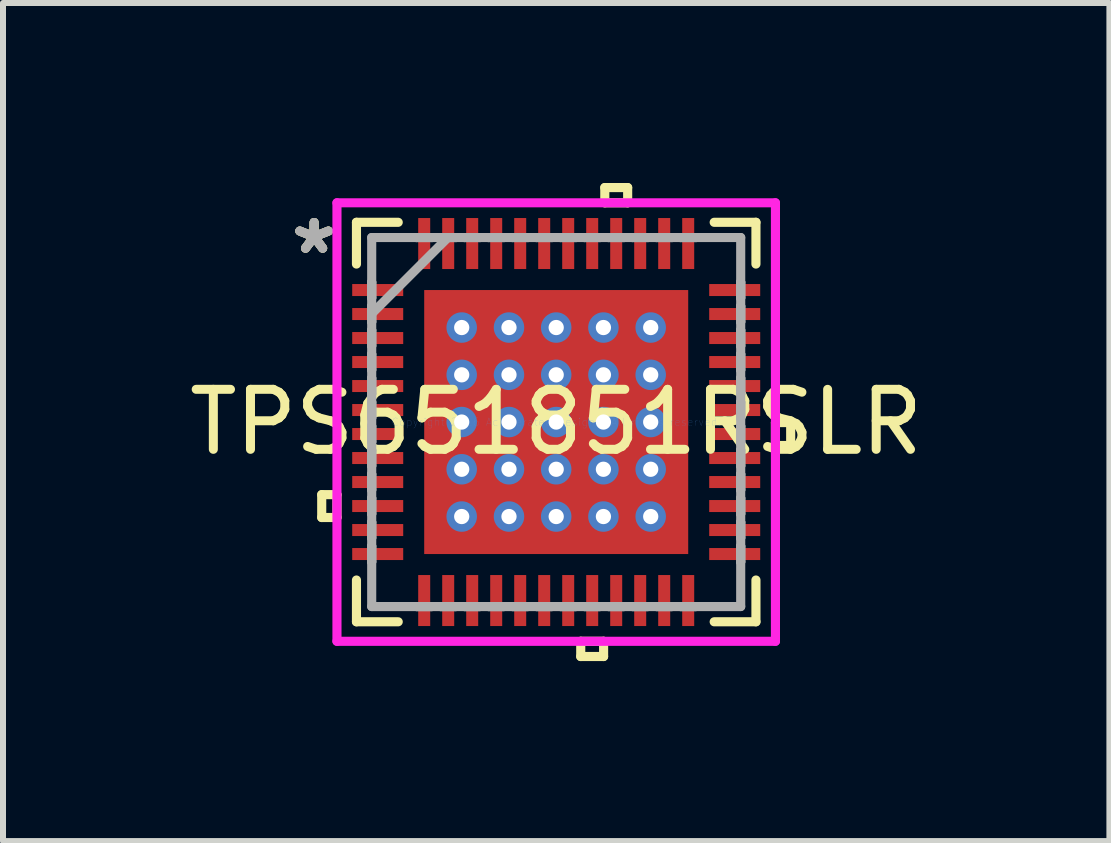
<source format=kicad_pcb>
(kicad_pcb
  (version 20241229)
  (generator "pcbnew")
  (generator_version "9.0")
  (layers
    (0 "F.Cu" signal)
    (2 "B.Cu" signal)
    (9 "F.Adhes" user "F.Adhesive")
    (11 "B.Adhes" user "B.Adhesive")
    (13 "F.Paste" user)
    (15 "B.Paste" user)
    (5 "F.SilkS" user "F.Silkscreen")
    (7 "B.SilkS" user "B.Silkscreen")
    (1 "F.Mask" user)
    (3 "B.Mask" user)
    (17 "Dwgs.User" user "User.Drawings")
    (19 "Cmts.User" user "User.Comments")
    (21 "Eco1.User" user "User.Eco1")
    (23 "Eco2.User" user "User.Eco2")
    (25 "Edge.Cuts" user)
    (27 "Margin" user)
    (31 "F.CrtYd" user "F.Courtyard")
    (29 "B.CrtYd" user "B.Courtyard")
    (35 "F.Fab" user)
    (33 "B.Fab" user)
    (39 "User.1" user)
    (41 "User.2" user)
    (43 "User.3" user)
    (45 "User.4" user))
  (footprint "TPS651851RSLR"
    (layer "F.Cu")
    (at 6.22 3.984)
    (property "Reference" "TPS651851RSLR" (at 0 0 0) (layer "F.SilkS") (effects (font (size 1 1) (thickness 0.15))))
    (attr smd)
    (fp_line (start -3.45 -2.35) (end -3.45 -2.05) (stroke (width 0.152) (type solid)) (layer "F.Mask"))
    (fp_line (start -3.45 -2.05) (end -2.5 -2.05) (stroke (width 0.152) (type solid)) (layer "F.Mask"))
    (fp_line (start -3.45 -1.95) (end -3.45 -1.65) (stroke (width 0.152) (type solid)) (layer "F.Mask"))
    (fp_line (start -3.45 -1.65) (end -2.5 -1.65) (stroke (width 0.152) (type solid)) (layer "F.Mask"))
    (fp_line (start -3.45 -1.55) (end -3.45 -1.25) (stroke (width 0.152) (type solid)) (layer "F.Mask"))
    (fp_line (start -3.45 -1.25) (end -2.5 -1.25) (stroke (width 0.152) (type solid)) (layer "F.Mask"))
    (fp_line (start -3.45 -1.15) (end -3.45 -0.85) (stroke (width 0.152) (type solid)) (layer "F.Mask"))
    (fp_line (start -3.45 -0.85) (end -2.5 -0.85) (stroke (width 0.152) (type solid)) (layer "F.Mask"))
    (fp_line (start -3.45 -0.75) (end -3.45 -0.45) (stroke (width 0.152) (type solid)) (layer "F.Mask"))
    (fp_line (start -3.45 -0.45) (end -2.5 -0.45) (stroke (width 0.152) (type solid)) (layer "F.Mask"))
    (fp_line (start -3.45 -0.35) (end -3.45 -0.05) (stroke (width 0.152) (type solid)) (layer "F.Mask"))
    (fp_line (start -3.45 -0.05) (end -2.5 -0.05) (stroke (width 0.152) (type solid)) (layer "F.Mask"))
    (fp_line (start -3.45 0.05) (end -3.45 0.35) (stroke (width 0.152) (type solid)) (layer "F.Mask"))
    (fp_line (start -3.45 0.35) (end -2.5 0.35) (stroke (width 0.152) (type solid)) (layer "F.Mask"))
    (fp_line (start -3.45 0.45) (end -3.45 0.75) (stroke (width 0.152) (type solid)) (layer "F.Mask"))
    (fp_line (start -3.45 0.75) (end -2.5 0.75) (stroke (width 0.152) (type solid)) (layer "F.Mask"))
    (fp_line (start -3.45 0.85) (end -3.45 1.15) (stroke (width 0.152) (type solid)) (layer "F.Mask"))
    (fp_line (start -3.45 1.15) (end -2.5 1.15) (stroke (width 0.152) (type solid)) (layer "F.Mask"))
    (fp_line (start -3.45 1.25) (end -3.45 1.55) (stroke (width 0.152) (type solid)) (layer "F.Mask"))
    (fp_line (start -3.45 1.55) (end -2.5 1.55) (stroke (width 0.152) (type solid)) (layer "F.Mask"))
    (fp_line (start -3.45 1.65) (end -3.45 1.95) (stroke (width 0.152) (type solid)) (layer "F.Mask"))
    (fp_line (start -3.45 1.95) (end -2.5 1.95) (stroke (width 0.152) (type solid)) (layer "F.Mask"))
    (fp_line (start -3.45 2.05) (end -3.45 2.35) (stroke (width 0.152) (type solid)) (layer "F.Mask"))
    (fp_line (start -3.45 2.35) (end -2.5 2.35) (stroke (width 0.152) (type solid)) (layer "F.Mask"))
    (fp_line (start -2.5 -2.35) (end -3.45 -2.35) (stroke (width 0.152) (type solid)) (layer "F.Mask"))
    (fp_line (start -2.5 -2.05) (end -2.5 -2.35) (stroke (width 0.152) (type solid)) (layer "F.Mask"))
    (fp_line (start -2.5 -1.95) (end -3.45 -1.95) (stroke (width 0.152) (type solid)) (layer "F.Mask"))
    (fp_line (start -2.5 -1.65) (end -2.5 -1.95) (stroke (width 0.152) (type solid)) (layer "F.Mask"))
    (fp_line (start -2.5 -1.55) (end -3.45 -1.55) (stroke (width 0.152) (type solid)) (layer "F.Mask"))
    (fp_line (start -2.5 -1.25) (end -2.5 -1.55) (stroke (width 0.152) (type solid)) (layer "F.Mask"))
    (fp_line (start -2.5 -1.15) (end -3.45 -1.15) (stroke (width 0.152) (type solid)) (layer "F.Mask"))
    (fp_line (start -2.5 -0.85) (end -2.5 -1.15) (stroke (width 0.152) (type solid)) (layer "F.Mask"))
    (fp_line (start -2.5 -0.75) (end -3.45 -0.75) (stroke (width 0.152) (type solid)) (layer "F.Mask"))
    (fp_line (start -2.5 -0.45) (end -2.5 -0.75) (stroke (width 0.152) (type solid)) (layer "F.Mask"))
    (fp_line (start -2.5 -0.35) (end -3.45 -0.35) (stroke (width 0.152) (type solid)) (layer "F.Mask"))
    (fp_line (start -2.5 -0.05) (end -2.5 -0.35) (stroke (width 0.152) (type solid)) (layer "F.Mask"))
    (fp_line (start -2.5 0.05) (end -3.45 0.05) (stroke (width 0.152) (type solid)) (layer "F.Mask"))
    (fp_line (start -2.5 0.35) (end -2.5 0.05) (stroke (width 0.152) (type solid)) (layer "F.Mask"))
    (fp_line (start -2.5 0.45) (end -3.45 0.45) (stroke (width 0.152) (type solid)) (layer "F.Mask"))
    (fp_line (start -2.5 0.75) (end -2.5 0.45) (stroke (width 0.152) (type solid)) (layer "F.Mask"))
    (fp_line (start -2.5 0.85) (end -3.45 0.85) (stroke (width 0.152) (type solid)) (layer "F.Mask"))
    (fp_line (start -2.5 1.15) (end -2.5 0.85) (stroke (width 0.152) (type solid)) (layer "F.Mask"))
    (fp_line (start -2.5 1.25) (end -3.45 1.25) (stroke (width 0.152) (type solid)) (layer "F.Mask"))
    (fp_line (start -2.5 1.55) (end -2.5 1.25) (stroke (width 0.152) (type solid)) (layer "F.Mask"))
    (fp_line (start -2.5 1.65) (end -3.45 1.65) (stroke (width 0.152) (type solid)) (layer "F.Mask"))
    (fp_line (start -2.5 1.95) (end -2.5 1.65) (stroke (width 0.152) (type solid)) (layer "F.Mask"))
    (fp_line (start -2.5 2.05) (end -3.45 2.05) (stroke (width 0.152) (type solid)) (layer "F.Mask"))
    (fp_line (start -2.5 2.35) (end -2.5 2.05) (stroke (width 0.152) (type solid)) (layer "F.Mask"))
    (fp_line (start -2.35 -3.45) (end -2.35 -2.5) (stroke (width 0.152) (type solid)) (layer "F.Mask"))
    (fp_line (start -2.35 -2.5) (end -2.05 -2.5) (stroke (width 0.152) (type solid)) (layer "F.Mask"))
    (fp_line (start -2.35 2.5) (end -2.35 3.45) (stroke (width 0.152) (type solid)) (layer "F.Mask"))
    (fp_line (start -2.35 3.45) (end -2.05 3.45) (stroke (width 0.152) (type solid)) (layer "F.Mask"))
    (fp_line (start -2.263 -2.263) (end -1.775 -2.263) (stroke (width 0.152) (type solid)) (layer "F.Mask"))
    (fp_line (start -2.263 -2.263) (end 2.263 -2.263) (stroke (width 0.152) (type solid)) (layer "F.Mask"))
    (fp_line (start -2.263 -1.775) (end -2.263 -2.263) (stroke (width 0.152) (type solid)) (layer "F.Mask"))
    (fp_line (start -2.263 -1.375) (end 2.263 -1.375) (stroke (width 0.152) (type solid)) (layer "F.Mask"))
    (fp_line (start -2.263 -0.987) (end -2.263 -1.375) (stroke (width 0.152) (type solid)) (layer "F.Mask"))
    (fp_line (start -2.263 -0.587) (end 2.263 -0.587) (stroke (width 0.152) (type solid)) (layer "F.Mask"))
    (fp_line (start -2.263 -0.2) (end -2.263 -0.587) (stroke (width 0.152) (type solid)) (layer "F.Mask"))
    (fp_line (start -2.263 0.2) (end 2.263 0.2) (stroke (width 0.152) (type solid)) (layer "F.Mask"))
    (fp_line (start -2.263 0.587) (end -2.263 0.2) (stroke (width 0.152) (type solid)) (layer "F.Mask"))
    (fp_line (start -2.263 0.987) (end 2.263 0.987) (stroke (width 0.152) (type solid)) (layer "F.Mask"))
    (fp_line (start -2.263 1.375) (end -2.263 0.987) (stroke (width 0.152) (type solid)) (layer "F.Mask"))
    (fp_line (start -2.263 1.775) (end 2.263 1.775) (stroke (width 0.152) (type solid)) (layer "F.Mask"))
    (fp_line (start -2.263 2.263) (end -2.263 -2.263) (stroke (width 0.152) (type solid)) (layer "F.Mask"))
    (fp_line (start -2.263 2.263) (end -2.263 1.775) (stroke (width 0.152) (type solid)) (layer "F.Mask"))
    (fp_line (start -2.05 -3.45) (end -2.35 -3.45) (stroke (width 0.152) (type solid)) (layer "F.Mask"))
    (fp_line (start -2.05 -2.5) (end -2.05 -3.45) (stroke (width 0.152) (type solid)) (layer "F.Mask"))
    (fp_line (start -2.05 2.5) (end -2.35 2.5) (stroke (width 0.152) (type solid)) (layer "F.Mask"))
    (fp_line (start -2.05 3.45) (end -2.05 2.5) (stroke (width 0.152) (type solid)) (layer "F.Mask"))
    (fp_line (start -1.95 -3.45) (end -1.95 -2.5) (stroke (width 0.152) (type solid)) (layer "F.Mask"))
    (fp_line (start -1.95 -2.5) (end -1.65 -2.5) (stroke (width 0.152) (type solid)) (layer "F.Mask"))
    (fp_line (start -1.95 2.5) (end -1.95 3.45) (stroke (width 0.152) (type solid)) (layer "F.Mask"))
    (fp_line (start -1.95 3.45) (end -1.65 3.45) (stroke (width 0.152) (type solid)) (layer "F.Mask"))
    (fp_line (start -1.775 -2.263) (end -1.775 2.263) (stroke (width 0.152) (type solid)) (layer "F.Mask"))
    (fp_line (start -1.775 2.263) (end -2.263 2.263) (stroke (width 0.152) (type solid)) (layer "F.Mask"))
    (fp_line (start -1.65 -3.45) (end -1.95 -3.45) (stroke (width 0.152) (type solid)) (layer "F.Mask"))
    (fp_line (start -1.65 -2.5) (end -1.65 -3.45) (stroke (width 0.152) (type solid)) (layer "F.Mask"))
    (fp_line (start -1.65 2.5) (end -1.95 2.5) (stroke (width 0.152) (type solid)) (layer "F.Mask"))
    (fp_line (start -1.65 3.45) (end -1.65 2.5) (stroke (width 0.152) (type solid)) (layer "F.Mask"))
    (fp_line (start -1.55 -3.45) (end -1.55 -2.5) (stroke (width 0.152) (type solid)) (layer "F.Mask"))
    (fp_line (start -1.55 -2.5) (end -1.25 -2.5) (stroke (width 0.152) (type solid)) (layer "F.Mask"))
    (fp_line (start -1.55 2.5) (end -1.55 3.45) (stroke (width 0.152) (type solid)) (layer "F.Mask"))
    (fp_line (start -1.55 3.45) (end -1.25 3.45) (stroke (width 0.152) (type solid)) (layer "F.Mask"))
    (fp_line (start -1.375 -2.263) (end -1.375 2.263) (stroke (width 0.152) (type solid)) (layer "F.Mask"))
    (fp_line (start -1.375 2.263) (end -0.987 2.263) (stroke (width 0.152) (type solid)) (layer "F.Mask"))
    (fp_line (start -1.25 -3.45) (end -1.55 -3.45) (stroke (width 0.152) (type solid)) (layer "F.Mask"))
    (fp_line (start -1.25 -2.5) (end -1.25 -3.45) (stroke (width 0.152) (type solid)) (layer "F.Mask"))
    (fp_line (start -1.25 2.5) (end -1.55 2.5) (stroke (width 0.152) (type solid)) (layer "F.Mask"))
    (fp_line (start -1.25 3.45) (end -1.25 2.5) (stroke (width 0.152) (type solid)) (layer "F.Mask"))
    (fp_line (start -1.15 -3.45) (end -1.15 -2.5) (stroke (width 0.152) (type solid)) (layer "F.Mask"))
    (fp_line (start -1.15 -2.5) (end -0.85 -2.5) (stroke (width 0.152) (type solid)) (layer "F.Mask"))
    (fp_line (start -1.15 2.5) (end -1.15 3.45) (stroke (width 0.152) (type solid)) (layer "F.Mask"))
    (fp_line (start -1.15 3.45) (end -0.85 3.45) (stroke (width 0.152) (type solid)) (layer "F.Mask"))
    (fp_line (start -0.987 -2.263) (end -1.375 -2.263) (stroke (width 0.152) (type solid)) (layer "F.Mask"))
    (fp_line (start -0.987 2.263) (end -0.987 -2.263) (stroke (width 0.152) (type solid)) (layer "F.Mask"))
    (fp_line (start -0.85 -3.45) (end -1.15 -3.45) (stroke (width 0.152) (type solid)) (layer "F.Mask"))
    (fp_line (start -0.85 -2.5) (end -0.85 -3.45) (stroke (width 0.152) (type solid)) (layer "F.Mask"))
    (fp_line (start -0.85 2.5) (end -1.15 2.5) (stroke (width 0.152) (type solid)) (layer "F.Mask"))
    (fp_line (start -0.85 3.45) (end -0.85 2.5) (stroke (width 0.152) (type solid)) (layer "F.Mask"))
    (fp_line (start -0.75 2.5) (end -0.75 3.45) (stroke (width 0.152) (type solid)) (layer "F.Mask"))
    (fp_line (start -0.75 3.45) (end -0.45 3.45) (stroke (width 0.152) (type solid)) (layer "F.Mask"))
    (fp_line (start -0.75 -3.45) (end -0.75 -2.5) (stroke (width 0.152) (type solid)) (layer "F.Mask"))
    (fp_line (start -0.75 -2.5) (end -0.45 -2.5) (stroke (width 0.152) (type solid)) (layer "F.Mask"))
    (fp_line (start -0.587 -2.263) (end -0.587 2.263) (stroke (width 0.152) (type solid)) (layer "F.Mask"))
    (fp_line (start -0.587 2.263) (end -0.2 2.263) (stroke (width 0.152) (type solid)) (layer "F.Mask"))
    (fp_line (start -0.45 -3.45) (end -0.75 -3.45) (stroke (width 0.152) (type solid)) (layer "F.Mask"))
    (fp_line (start -0.45 -2.5) (end -0.45 -3.45) (stroke (width 0.152) (type solid)) (layer "F.Mask"))
    (fp_line (start -0.45 2.5) (end -0.75 2.5) (stroke (width 0.152) (type solid)) (layer "F.Mask"))
    (fp_line (start -0.45 3.45) (end -0.45 2.5) (stroke (width 0.152) (type solid)) (layer "F.Mask"))
    (fp_line (start -0.35 -3.45) (end -0.35 -2.5) (stroke (width 0.152) (type solid)) (layer "F.Mask"))
    (fp_line (start -0.35 -2.5) (end -0.05 -2.5) (stroke (width 0.152) (type solid)) (layer "F.Mask"))
    (fp_line (start -0.35 2.5) (end -0.35 3.45) (stroke (width 0.152) (type solid)) (layer "F.Mask"))
    (fp_line (start -0.35 3.45) (end -0.05 3.45) (stroke (width 0.152) (type solid)) (layer "F.Mask"))
    (fp_line (start -0.2 -2.263) (end -0.587 -2.263) (stroke (width 0.152) (type solid)) (layer "F.Mask"))
    (fp_line (start -0.2 2.263) (end -0.2 -2.263) (stroke (width 0.152) (type solid)) (layer "F.Mask"))
    (fp_line (start -0.05 -3.45) (end -0.35 -3.45) (stroke (width 0.152) (type solid)) (layer "F.Mask"))
    (fp_line (start -0.05 -2.5) (end -0.05 -3.45) (stroke (width 0.152) (type solid)) (layer "F.Mask"))
    (fp_line (start -0.05 2.5) (end -0.35 2.5) (stroke (width 0.152) (type solid)) (layer "F.Mask"))
    (fp_line (start -0.05 3.45) (end -0.05 2.5) (stroke (width 0.152) (type solid)) (layer "F.Mask"))
    (fp_line (start 0.05 -3.45) (end 0.05 -2.5) (stroke (width 0.152) (type solid)) (layer "F.Mask"))
    (fp_line (start 0.05 -2.5) (end 0.35 -2.5) (stroke (width 0.152) (type solid)) (layer "F.Mask"))
    (fp_line (start 0.05 2.5) (end 0.05 3.45) (stroke (width 0.152) (type solid)) (layer "F.Mask"))
    (fp_line (start 0.05 3.45) (end 0.35 3.45) (stroke (width 0.152) (type solid)) (layer "F.Mask"))
    (fp_line (start 0.2 -2.263) (end 0.2 2.263) (stroke (width 0.152) (type solid)) (layer "F.Mask"))
    (fp_line (start 0.2 2.263) (end 0.587 2.263) (stroke (width 0.152) (type solid)) (layer "F.Mask"))
    (fp_line (start 0.35 -3.45) (end 0.05 -3.45) (stroke (width 0.152) (type solid)) (layer "F.Mask"))
    (fp_line (start 0.35 -2.5) (end 0.35 -3.45) (stroke (width 0.152) (type solid)) (layer "F.Mask"))
    (fp_line (start 0.35 2.5) (end 0.05 2.5) (stroke (width 0.152) (type solid)) (layer "F.Mask"))
    (fp_line (start 0.35 3.45) (end 0.35 2.5) (stroke (width 0.152) (type solid)) (layer "F.Mask"))
    (fp_line (start 0.45 -3.45) (end 0.45 -2.5) (stroke (width 0.152) (type solid)) (layer "F.Mask"))
    (fp_line (start 0.45 -2.5) (end 0.75 -2.5) (stroke (width 0.152) (type solid)) (layer "F.Mask"))
    (fp_line (start 0.45 2.5) (end 0.45 3.45) (stroke (width 0.152) (type solid)) (layer "F.Mask"))
    (fp_line (start 0.45 3.45) (end 0.75 3.45) (stroke (width 0.152) (type solid)) (layer "F.Mask"))
    (fp_line (start 0.587 -2.263) (end 0.2 -2.263) (stroke (width 0.152) (type solid)) (layer "F.Mask"))
    (fp_line (start 0.587 2.263) (end 0.587 -2.263) (stroke (width 0.152) (type solid)) (layer "F.Mask"))
    (fp_line (start 0.75 2.5) (end 0.45 2.5) (stroke (width 0.152) (type solid)) (layer "F.Mask"))
    (fp_line (start 0.75 3.45) (end 0.75 2.5) (stroke (width 0.152) (type solid)) (layer "F.Mask"))
    (fp_line (start 0.75 -3.45) (end 0.45 -3.45) (stroke (width 0.152) (type solid)) (layer "F.Mask"))
    (fp_line (start 0.75 -2.5) (end 0.75 -3.45) (stroke (width 0.152) (type solid)) (layer "F.Mask"))
    (fp_line (start 0.85 -3.45) (end 0.85 -2.5) (stroke (width 0.152) (type solid)) (layer "F.Mask"))
    (fp_line (start 0.85 -2.5) (end 1.15 -2.5) (stroke (width 0.152) (type solid)) (layer "F.Mask"))
    (fp_line (start 0.85 2.5) (end 0.85 3.45) (stroke (width 0.152) (type solid)) (layer "F.Mask"))
    (fp_line (start 0.85 3.45) (end 1.15 3.45) (stroke (width 0.152) (type solid)) (layer "F.Mask"))
    (fp_line (start 0.987 -2.263) (end 0.987 2.263) (stroke (width 0.152) (type solid)) (layer "F.Mask"))
    (fp_line (start 0.987 2.263) (end 1.375 2.263) (stroke (width 0.152) (type solid)) (layer "F.Mask"))
    (fp_line (start 1.15 -3.45) (end 0.85 -3.45) (stroke (width 0.152) (type solid)) (layer "F.Mask"))
    (fp_line (start 1.15 -2.5) (end 1.15 -3.45) (stroke (width 0.152) (type solid)) (layer "F.Mask"))
    (fp_line (start 1.15 2.5) (end 0.85 2.5) (stroke (width 0.152) (type solid)) (layer "F.Mask"))
    (fp_line (start 1.15 3.45) (end 1.15 2.5) (stroke (width 0.152) (type solid)) (layer "F.Mask"))
    (fp_line (start 1.25 -3.45) (end 1.25 -2.5) (stroke (width 0.152) (type solid)) (layer "F.Mask"))
    (fp_line (start 1.25 -2.5) (end 1.55 -2.5) (stroke (width 0.152) (type solid)) (layer "F.Mask"))
    (fp_line (start 1.25 2.5) (end 1.25 3.45) (stroke (width 0.152) (type solid)) (layer "F.Mask"))
    (fp_line (start 1.25 3.45) (end 1.55 3.45) (stroke (width 0.152) (type solid)) (layer "F.Mask"))
    (fp_line (start 1.375 -2.263) (end 0.987 -2.263) (stroke (width 0.152) (type solid)) (layer "F.Mask"))
    (fp_line (start 1.375 2.263) (end 1.375 -2.263) (stroke (width 0.152) (type solid)) (layer "F.Mask"))
    (fp_line (start 1.55 -3.45) (end 1.25 -3.45) (stroke (width 0.152) (type solid)) (layer "F.Mask"))
    (fp_line (start 1.55 -2.5) (end 1.55 -3.45) (stroke (width 0.152) (type solid)) (layer "F.Mask"))
    (fp_line (start 1.55 2.5) (end 1.25 2.5) (stroke (width 0.152) (type solid)) (layer "F.Mask"))
    (fp_line (start 1.55 3.45) (end 1.55 2.5) (stroke (width 0.152) (type solid)) (layer "F.Mask"))
    (fp_line (start 1.65 -3.45) (end 1.65 -2.5) (stroke (width 0.152) (type solid)) (layer "F.Mask"))
    (fp_line (start 1.65 -2.5) (end 1.95 -2.5) (stroke (width 0.152) (type solid)) (layer "F.Mask"))
    (fp_line (start 1.65 2.5) (end 1.65 3.45) (stroke (width 0.152) (type solid)) (layer "F.Mask"))
    (fp_line (start 1.65 3.45) (end 1.95 3.45) (stroke (width 0.152) (type solid)) (layer "F.Mask"))
    (fp_line (start 1.775 -2.263) (end 2.263 -2.263) (stroke (width 0.152) (type solid)) (layer "F.Mask"))
    (fp_line (start 1.775 2.263) (end 1.775 -2.263) (stroke (width 0.152) (type solid)) (layer "F.Mask"))
    (fp_line (start 1.95 -3.45) (end 1.65 -3.45) (stroke (width 0.152) (type solid)) (layer "F.Mask"))
    (fp_line (start 1.95 -2.5) (end 1.95 -3.45) (stroke (width 0.152) (type solid)) (layer "F.Mask"))
    (fp_line (start 1.95 2.5) (end 1.65 2.5) (stroke (width 0.152) (type solid)) (layer "F.Mask"))
    (fp_line (start 1.95 3.45) (end 1.95 2.5) (stroke (width 0.152) (type solid)) (layer "F.Mask"))
    (fp_line (start 2.05 -3.45) (end 2.05 -2.5) (stroke (width 0.152) (type solid)) (layer "F.Mask"))
    (fp_line (start 2.05 -2.5) (end 2.35 -2.5) (stroke (width 0.152) (type solid)) (layer "F.Mask"))
    (fp_line (start 2.05 2.5) (end 2.05 3.45) (stroke (width 0.152) (type solid)) (layer "F.Mask"))
    (fp_line (start 2.05 3.45) (end 2.35 3.45) (stroke (width 0.152) (type solid)) (layer "F.Mask"))
    (fp_line (start 2.263 -2.263) (end 2.263 -1.775) (stroke (width 0.152) (type solid)) (layer "F.Mask"))
    (fp_line (start 2.263 -2.263) (end 2.263 2.263) (stroke (width 0.152) (type solid)) (layer "F.Mask"))
    (fp_line (start 2.263 -1.775) (end -2.263 -1.775) (stroke (width 0.152) (type solid)) (layer "F.Mask"))
    (fp_line (start 2.263 -1.375) (end 2.263 -0.987) (stroke (width 0.152) (type solid)) (layer "F.Mask"))
    (fp_line (start 2.263 -0.987) (end -2.263 -0.987) (stroke (width 0.152) (type solid)) (layer "F.Mask"))
    (fp_line (start 2.263 -0.587) (end 2.263 -0.2) (stroke (width 0.152) (type solid)) (layer "F.Mask"))
    (fp_line (start 2.263 -0.2) (end -2.263 -0.2) (stroke (width 0.152) (type solid)) (layer "F.Mask"))
    (fp_line (start 2.263 0.2) (end 2.263 0.587) (stroke (width 0.152) (type solid)) (layer "F.Mask"))
    (fp_line (start 2.263 0.587) (end -2.263 0.587) (stroke (width 0.152) (type solid)) (layer "F.Mask"))
    (fp_line (start 2.263 0.987) (end 2.263 1.375) (stroke (width 0.152) (type solid)) (layer "F.Mask"))
    (fp_line (start 2.263 1.375) (end -2.263 1.375) (stroke (width 0.152) (type solid)) (layer "F.Mask"))
    (fp_line (start 2.263 1.775) (end 2.263 2.263) (stroke (width 0.152) (type solid)) (layer "F.Mask"))
    (fp_line (start 2.263 2.263) (end -2.263 2.263) (stroke (width 0.152) (type solid)) (layer "F.Mask"))
    (fp_line (start 2.263 2.263) (end 1.775 2.263) (stroke (width 0.152) (type solid)) (layer "F.Mask"))
    (fp_line (start 2.35 -3.45) (end 2.05 -3.45) (stroke (width 0.152) (type solid)) (layer "F.Mask"))
    (fp_line (start 2.35 -2.5) (end 2.35 -3.45) (stroke (width 0.152) (type solid)) (layer "F.Mask"))
    (fp_line (start 2.35 2.5) (end 2.05 2.5) (stroke (width 0.152) (type solid)) (layer "F.Mask"))
    (fp_line (start 2.35 3.45) (end 2.35 2.5) (stroke (width 0.152) (type solid)) (layer "F.Mask"))
    (fp_line (start 2.5 -2.35) (end 2.5 -2.05) (stroke (width 0.152) (type solid)) (layer "F.Mask"))
    (fp_line (start 2.5 -2.05) (end 3.45 -2.05) (stroke (width 0.152) (type solid)) (layer "F.Mask"))
    (fp_line (start 2.5 -1.95) (end 2.5 -1.65) (stroke (width 0.152) (type solid)) (layer "F.Mask"))
    (fp_line (start 2.5 -1.65) (end 3.45 -1.65) (stroke (width 0.152) (type solid)) (layer "F.Mask"))
    (fp_line (start 2.5 -1.55) (end 2.5 -1.25) (stroke (width 0.152) (type solid)) (layer "F.Mask"))
    (fp_line (start 2.5 -1.25) (end 3.45 -1.25) (stroke (width 0.152) (type solid)) (layer "F.Mask"))
    (fp_line (start 2.5 -1.15) (end 2.5 -0.85) (stroke (width 0.152) (type solid)) (layer "F.Mask"))
    (fp_line (start 2.5 -0.85) (end 3.45 -0.85) (stroke (width 0.152) (type solid)) (layer "F.Mask"))
    (fp_line (start 2.5 -0.75) (end 2.5 -0.45) (stroke (width 0.152) (type solid)) (layer "F.Mask"))
    (fp_line (start 2.5 -0.45) (end 3.45 -0.45) (stroke (width 0.152) (type solid)) (layer "F.Mask"))
    (fp_line (start 2.5 -0.35) (end 2.5 -0.05) (stroke (width 0.152) (type solid)) (layer "F.Mask"))
    (fp_line (start 2.5 -0.05) (end 3.45 -0.05) (stroke (width 0.152) (type solid)) (layer "F.Mask"))
    (fp_line (start 2.5 0.05) (end 2.5 0.35) (stroke (width 0.152) (type solid)) (layer "F.Mask"))
    (fp_line (start 2.5 0.35) (end 3.45 0.35) (stroke (width 0.152) (type solid)) (layer "F.Mask"))
    (fp_line (start 2.5 0.45) (end 2.5 0.75) (stroke (width 0.152) (type solid)) (layer "F.Mask"))
    (fp_line (start 2.5 0.75) (end 3.45 0.75) (stroke (width 0.152) (type solid)) (layer "F.Mask"))
    (fp_line (start 2.5 0.85) (end 2.5 1.15) (stroke (width 0.152) (type solid)) (layer "F.Mask"))
    (fp_line (start 2.5 1.15) (end 3.45 1.15) (stroke (width 0.152) (type solid)) (layer "F.Mask"))
    (fp_line (start 2.5 1.25) (end 2.5 1.55) (stroke (width 0.152) (type solid)) (layer "F.Mask"))
    (fp_line (start 2.5 1.55) (end 3.45 1.55) (stroke (width 0.152) (type solid)) (layer "F.Mask"))
    (fp_line (start 2.5 1.65) (end 2.5 1.95) (stroke (width 0.152) (type solid)) (layer "F.Mask"))
    (fp_line (start 2.5 1.95) (end 3.45 1.95) (stroke (width 0.152) (type solid)) (layer "F.Mask"))
    (fp_line (start 2.5 2.05) (end 2.5 2.35) (stroke (width 0.152) (type solid)) (layer "F.Mask"))
    (fp_line (start 2.5 2.35) (end 3.45 2.35) (stroke (width 0.152) (type solid)) (layer "F.Mask"))
    (fp_line (start 3.45 -2.35) (end 2.5 -2.35) (stroke (width 0.152) (type solid)) (layer "F.Mask"))
    (fp_line (start 3.45 -2.05) (end 3.45 -2.35) (stroke (width 0.152) (type solid)) (layer "F.Mask"))
    (fp_line (start 3.45 -1.95) (end 2.5 -1.95) (stroke (width 0.152) (type solid)) (layer "F.Mask"))
    (fp_line (start 3.45 -1.65) (end 3.45 -1.95) (stroke (width 0.152) (type solid)) (layer "F.Mask"))
    (fp_line (start 3.45 -1.55) (end 2.5 -1.55) (stroke (width 0.152) (type solid)) (layer "F.Mask"))
    (fp_line (start 3.45 -1.25) (end 3.45 -1.55) (stroke (width 0.152) (type solid)) (layer "F.Mask"))
    (fp_line (start 3.45 -1.15) (end 2.5 -1.15) (stroke (width 0.152) (type solid)) (layer "F.Mask"))
    (fp_line (start 3.45 -0.85) (end 3.45 -1.15) (stroke (width 0.152) (type solid)) (layer "F.Mask"))
    (fp_line (start 3.45 -0.75) (end 2.5 -0.75) (stroke (width 0.152) (type solid)) (layer "F.Mask"))
    (fp_line (start 3.45 -0.45) (end 3.45 -0.75) (stroke (width 0.152) (type solid)) (layer "F.Mask"))
    (fp_line (start 3.45 -0.35) (end 2.5 -0.35) (stroke (width 0.152) (type solid)) (layer "F.Mask"))
    (fp_line (start 3.45 -0.05) (end 3.45 -0.35) (stroke (width 0.152) (type solid)) (layer "F.Mask"))
    (fp_line (start 3.45 0.05) (end 2.5 0.05) (stroke (width 0.152) (type solid)) (layer "F.Mask"))
    (fp_line (start 3.45 0.35) (end 3.45 0.05) (stroke (width 0.152) (type solid)) (layer "F.Mask"))
    (fp_line (start 3.45 0.45) (end 2.5 0.45) (stroke (width 0.152) (type solid)) (layer "F.Mask"))
    (fp_line (start 3.45 0.75) (end 3.45 0.45) (stroke (width 0.152) (type solid)) (layer "F.Mask"))
    (fp_line (start 3.45 0.85) (end 2.5 0.85) (stroke (width 0.152) (type solid)) (layer "F.Mask"))
    (fp_line (start 3.45 1.15) (end 3.45 0.85) (stroke (width 0.152) (type solid)) (layer "F.Mask"))
    (fp_line (start 3.45 1.25) (end 2.5 1.25) (stroke (width 0.152) (type solid)) (layer "F.Mask"))
    (fp_line (start 3.45 1.55) (end 3.45 1.25) (stroke (width 0.152) (type solid)) (layer "F.Mask"))
    (fp_line (start 3.45 1.65) (end 2.5 1.65) (stroke (width 0.152) (type solid)) (layer "F.Mask"))
    (fp_line (start 3.45 1.95) (end 3.45 1.65) (stroke (width 0.152) (type solid)) (layer "F.Mask"))
    (fp_line (start 3.45 2.05) (end 2.5 2.05) (stroke (width 0.152) (type solid)) (layer "F.Mask"))
    (fp_line (start 3.45 2.35) (end 3.45 2.05) (stroke (width 0.152) (type solid)) (layer "F.Mask"))
    (fp_line (start -3.908 1.21) (end -3.908 1.591) (stroke (width 0.152) (type solid)) (layer "F.SilkS"))
    (fp_line (start -3.908 1.591) (end -3.654 1.591) (stroke (width 0.152) (type solid)) (layer "F.SilkS"))
    (fp_line (start -3.654 1.21) (end -3.908 1.21) (stroke (width 0.152) (type solid)) (layer "F.SilkS"))
    (fp_line (start -3.654 1.591) (end -3.654 1.21) (stroke (width 0.152) (type solid)) (layer "F.SilkS"))
    (fp_line (start -3.329 -3.329) (end -3.329 -2.633) (stroke (width 0.152) (type solid)) (layer "F.SilkS"))
    (fp_line (start -3.329 2.633) (end -3.329 3.329) (stroke (width 0.152) (type solid)) (layer "F.SilkS"))
    (fp_line (start -3.329 3.329) (end -2.633 3.329) (stroke (width 0.152) (type solid)) (layer "F.SilkS"))
    (fp_line (start -2.633 -3.329) (end -3.329 -3.329) (stroke (width 0.152) (type solid)) (layer "F.SilkS"))
    (fp_line (start 0.409 3.654) (end 0.409 3.908) (stroke (width 0.152) (type solid)) (layer "F.SilkS"))
    (fp_line (start 0.409 3.908) (end 0.79 3.908) (stroke (width 0.152) (type solid)) (layer "F.SilkS"))
    (fp_line (start 0.79 3.654) (end 0.409 3.654) (stroke (width 0.152) (type solid)) (layer "F.SilkS"))
    (fp_line (start 0.79 3.908) (end 0.79 3.654) (stroke (width 0.152) (type solid)) (layer "F.SilkS"))
    (fp_line (start 0.81 -3.908) (end 1.191 -3.908) (stroke (width 0.152) (type solid)) (layer "F.SilkS"))
    (fp_line (start 0.81 -3.654) (end 0.81 -3.908) (stroke (width 0.152) (type solid)) (layer "F.SilkS"))
    (fp_line (start 1.191 -3.908) (end 1.191 -3.654) (stroke (width 0.152) (type solid)) (layer "F.SilkS"))
    (fp_line (start 1.191 -3.654) (end 0.81 -3.654) (stroke (width 0.152) (type solid)) (layer "F.SilkS"))
    (fp_line (start 2.633 3.329) (end 3.329 3.329) (stroke (width 0.152) (type solid)) (layer "F.SilkS"))
    (fp_line (start 3.329 -3.329) (end 2.633 -3.329) (stroke (width 0.152) (type solid)) (layer "F.SilkS"))
    (fp_line (start 3.329 -2.633) (end 3.329 -3.329) (stroke (width 0.152) (type solid)) (layer "F.SilkS"))
    (fp_line (start 3.329 3.329) (end 3.329 2.633) (stroke (width 0.152) (type solid)) (layer "F.SilkS"))
    (fp_line (start 3.654 0.009) (end 3.908 0.009) (stroke (width 0.152) (type solid)) (layer "F.SilkS"))
    (fp_line (start 3.654 0.391) (end 3.654 0.009) (stroke (width 0.152) (type solid)) (layer "F.SilkS"))
    (fp_line (start 3.908 0.009) (end 3.908 0.391) (stroke (width 0.152) (type solid)) (layer "F.SilkS"))
    (fp_line (start 3.908 0.391) (end 3.654 0.391) (stroke (width 0.152) (type solid)) (layer "F.SilkS"))
    (fp_line (start -3.375 -2.275) (end -3.375 -2.125) (stroke (width 0.152) (type solid)) (layer "F.Paste"))
    (fp_line (start -3.375 -2.125) (end -2.575 -2.125) (stroke (width 0.152) (type solid)) (layer "F.Paste"))
    (fp_line (start -3.375 -1.875) (end -3.375 -1.725) (stroke (width 0.152) (type solid)) (layer "F.Paste"))
    (fp_line (start -3.375 -1.725) (end -2.575 -1.725) (stroke (width 0.152) (type solid)) (layer "F.Paste"))
    (fp_line (start -3.375 -1.475) (end -3.375 -1.325) (stroke (width 0.152) (type solid)) (layer "F.Paste"))
    (fp_line (start -3.375 -1.325) (end -2.575 -1.325) (stroke (width 0.152) (type solid)) (layer "F.Paste"))
    (fp_line (start -3.375 -1.075) (end -3.375 -0.925) (stroke (width 0.152) (type solid)) (layer "F.Paste"))
    (fp_line (start -3.375 -0.925) (end -2.575 -0.925) (stroke (width 0.152) (type solid)) (layer "F.Paste"))
    (fp_line (start -3.375 -0.675) (end -3.375 -0.525) (stroke (width 0.152) (type solid)) (layer "F.Paste"))
    (fp_line (start -3.375 -0.525) (end -2.575 -0.525) (stroke (width 0.152) (type solid)) (layer "F.Paste"))
    (fp_line (start -3.375 -0.275) (end -3.375 -0.125) (stroke (width 0.152) (type solid)) (layer "F.Paste"))
    (fp_line (start -3.375 -0.125) (end -2.575 -0.125) (stroke (width 0.152) (type solid)) (layer "F.Paste"))
    (fp_line (start -3.375 0.125) (end -3.375 0.275) (stroke (width 0.152) (type solid)) (layer "F.Paste"))
    (fp_line (start -3.375 0.275) (end -2.575 0.275) (stroke (width 0.152) (type solid)) (layer "F.Paste"))
    (fp_line (start -3.375 0.525) (end -3.375 0.675) (stroke (width 0.152) (type solid)) (layer "F.Paste"))
    (fp_line (start -3.375 0.675) (end -2.575 0.675) (stroke (width 0.152) (type solid)) (layer "F.Paste"))
    (fp_line (start -3.375 0.925) (end -3.375 1.075) (stroke (width 0.152) (type solid)) (layer "F.Paste"))
    (fp_line (start -3.375 1.075) (end -2.575 1.075) (stroke (width 0.152) (type solid)) (layer "F.Paste"))
    (fp_line (start -3.375 1.325) (end -3.375 1.475) (stroke (width 0.152) (type solid)) (layer "F.Paste"))
    (fp_line (start -3.375 1.475) (end -2.575 1.475) (stroke (width 0.152) (type solid)) (layer "F.Paste"))
    (fp_line (start -3.375 1.725) (end -3.375 1.875) (stroke (width 0.152) (type solid)) (layer "F.Paste"))
    (fp_line (start -3.375 1.875) (end -2.575 1.875) (stroke (width 0.152) (type solid)) (layer "F.Paste"))
    (fp_line (start -3.375 2.125) (end -3.375 2.275) (stroke (width 0.152) (type solid)) (layer "F.Paste"))
    (fp_line (start -3.375 2.275) (end -2.575 2.275) (stroke (width 0.152) (type solid)) (layer "F.Paste"))
    (fp_line (start -2.575 -2.275) (end -3.375 -2.275) (stroke (width 0.152) (type solid)) (layer "F.Paste"))
    (fp_line (start -2.575 -2.125) (end -2.575 -2.275) (stroke (width 0.152) (type solid)) (layer "F.Paste"))
    (fp_line (start -2.575 -1.875) (end -3.375 -1.875) (stroke (width 0.152) (type solid)) (layer "F.Paste"))
    (fp_line (start -2.575 -1.725) (end -2.575 -1.875) (stroke (width 0.152) (type solid)) (layer "F.Paste"))
    (fp_line (start -2.575 -1.475) (end -3.375 -1.475) (stroke (width 0.152) (type solid)) (layer "F.Paste"))
    (fp_line (start -2.575 -1.325) (end -2.575 -1.475) (stroke (width 0.152) (type solid)) (layer "F.Paste"))
    (fp_line (start -2.575 -1.075) (end -3.375 -1.075) (stroke (width 0.152) (type solid)) (layer "F.Paste"))
    (fp_line (start -2.575 -0.925) (end -2.575 -1.075) (stroke (width 0.152) (type solid)) (layer "F.Paste"))
    (fp_line (start -2.575 -0.675) (end -3.375 -0.675) (stroke (width 0.152) (type solid)) (layer "F.Paste"))
    (fp_line (start -2.575 -0.525) (end -2.575 -0.675) (stroke (width 0.152) (type solid)) (layer "F.Paste"))
    (fp_line (start -2.575 -0.275) (end -3.375 -0.275) (stroke (width 0.152) (type solid)) (layer "F.Paste"))
    (fp_line (start -2.575 -0.125) (end -2.575 -0.275) (stroke (width 0.152) (type solid)) (layer "F.Paste"))
    (fp_line (start -2.575 0.125) (end -3.375 0.125) (stroke (width 0.152) (type solid)) (layer "F.Paste"))
    (fp_line (start -2.575 0.275) (end -2.575 0.125) (stroke (width 0.152) (type solid)) (layer "F.Paste"))
    (fp_line (start -2.575 0.525) (end -3.375 0.525) (stroke (width 0.152) (type solid)) (layer "F.Paste"))
    (fp_line (start -2.575 0.675) (end -2.575 0.525) (stroke (width 0.152) (type solid)) (layer "F.Paste"))
    (fp_line (start -2.575 0.925) (end -3.375 0.925) (stroke (width 0.152) (type solid)) (layer "F.Paste"))
    (fp_line (start -2.575 1.075) (end -2.575 0.925) (stroke (width 0.152) (type solid)) (layer "F.Paste"))
    (fp_line (start -2.575 1.325) (end -3.375 1.325) (stroke (width 0.152) (type solid)) (layer "F.Paste"))
    (fp_line (start -2.575 1.475) (end -2.575 1.325) (stroke (width 0.152) (type solid)) (layer "F.Paste"))
    (fp_line (start -2.575 1.725) (end -3.375 1.725) (stroke (width 0.152) (type solid)) (layer "F.Paste"))
    (fp_line (start -2.575 1.875) (end -2.575 1.725) (stroke (width 0.152) (type solid)) (layer "F.Paste"))
    (fp_line (start -2.575 2.125) (end -3.375 2.125) (stroke (width 0.152) (type solid)) (layer "F.Paste"))
    (fp_line (start -2.575 2.275) (end -2.575 2.125) (stroke (width 0.152) (type solid)) (layer "F.Paste"))
    (fp_line (start -2.275 -3.375) (end -2.275 -2.575) (stroke (width 0.152) (type solid)) (layer "F.Paste"))
    (fp_line (start -2.275 -2.575) (end -2.125 -2.575) (stroke (width 0.152) (type solid)) (layer "F.Paste"))
    (fp_line (start -2.275 2.575) (end -2.275 3.375) (stroke (width 0.152) (type solid)) (layer "F.Paste"))
    (fp_line (start -2.275 3.375) (end -2.125 3.375) (stroke (width 0.152) (type solid)) (layer "F.Paste"))
    (fp_line (start -2.125 -2.125) (end -2.125 -1.675) (stroke (width 0.152) (type solid)) (layer "F.Paste"))
    (fp_line (start -2.125 -1.675) (end -1.816 -1.675) (stroke (width 0.152) (type solid)) (layer "F.Paste"))
    (fp_line (start -2.125 -1.475) (end -2.125 -0.887) (stroke (width 0.152) (type solid)) (layer "F.Paste"))
    (fp_line (start -2.125 -0.887) (end -1.816 -0.887) (stroke (width 0.152) (type solid)) (layer "F.Paste"))
    (fp_line (start -2.125 -0.687) (end -2.125 -0.1) (stroke (width 0.152) (type solid)) (layer "F.Paste"))
    (fp_line (start -2.125 -0.1) (end -1.816 -0.1) (stroke (width 0.152) (type solid)) (layer "F.Paste"))
    (fp_line (start -2.125 0.1) (end -2.125 0.687) (stroke (width 0.152) (type solid)) (layer "F.Paste"))
    (fp_line (start -2.125 0.687) (end -1.816 0.687) (stroke (width 0.152) (type solid)) (layer "F.Paste"))
    (fp_line (start -2.125 0.887) (end -2.125 1.475) (stroke (width 0.152) (type solid)) (layer "F.Paste"))
    (fp_line (start -2.125 1.475) (end -1.816 1.475) (stroke (width 0.152) (type solid)) (layer "F.Paste"))
    (fp_line (start -2.125 1.675) (end -2.125 2.125) (stroke (width 0.152) (type solid)) (layer "F.Paste"))
    (fp_line (start -2.125 2.125) (end -1.675 2.125) (stroke (width 0.152) (type solid)) (layer "F.Paste"))
    (fp_line (start -2.125 -3.375) (end -2.275 -3.375) (stroke (width 0.152) (type solid)) (layer "F.Paste"))
    (fp_line (start -2.125 -2.575) (end -2.125 -3.375) (stroke (width 0.152) (type solid)) (layer "F.Paste"))
    (fp_line (start -2.125 2.575) (end -2.275 2.575) (stroke (width 0.152) (type solid)) (layer "F.Paste"))
    (fp_line (start -2.125 3.375) (end -2.125 2.575) (stroke (width 0.152) (type solid)) (layer "F.Paste"))
    (fp_line (start -1.875 -3.375) (end -1.875 -2.575) (stroke (width 0.152) (type solid)) (layer "F.Paste"))
    (fp_line (start -1.875 -2.575) (end -1.725 -2.575) (stroke (width 0.152) (type solid)) (layer "F.Paste"))
    (fp_line (start -1.875 2.575) (end -1.875 3.375) (stroke (width 0.152) (type solid)) (layer "F.Paste"))
    (fp_line (start -1.875 3.375) (end -1.725 3.375) (stroke (width 0.152) (type solid)) (layer "F.Paste"))
    (fp_line (start -1.816 -1.675) (end -1.816 -1.675) (stroke (width 0.152) (type solid)) (layer "F.Paste"))
    (fp_line (start -1.816 -1.675) (end -1.675 -1.816) (stroke (width 0.152) (type solid)) (layer "F.Paste"))
    (fp_line (start -1.816 -1.475) (end -2.125 -1.475) (stroke (width 0.152) (type solid)) (layer "F.Paste"))
    (fp_line (start -1.816 -1.475) (end -1.816 -1.475) (stroke (width 0.152) (type solid)) (layer "F.Paste"))
    (fp_line (start -1.816 -0.887) (end -1.816 -0.887) (stroke (width 0.152) (type solid)) (layer "F.Paste"))
    (fp_line (start -1.816 -0.887) (end -1.675 -1.029) (stroke (width 0.152) (type solid)) (layer "F.Paste"))
    (fp_line (start -1.816 -0.687) (end -2.125 -0.687) (stroke (width 0.152) (type solid)) (layer "F.Paste"))
    (fp_line (start -1.816 -0.687) (end -1.816 -0.687) (stroke (width 0.152) (type solid)) (layer "F.Paste"))
    (fp_line (start -1.816 -0.1) (end -1.816 -0.1) (stroke (width 0.152) (type solid)) (layer "F.Paste"))
    (fp_line (start -1.816 -0.1) (end -1.675 -0.241) (stroke (width 0.152) (type solid)) (layer "F.Paste"))
    (fp_line (start -1.816 0.1) (end -2.125 0.1) (stroke (width 0.152) (type solid)) (layer "F.Paste"))
    (fp_line (start -1.816 0.1) (end -1.816 0.1) (stroke (width 0.152) (type solid)) (layer "F.Paste"))
    (fp_line (start -1.816 0.687) (end -1.816 0.687) (stroke (width 0.152) (type solid)) (layer "F.Paste"))
    (fp_line (start -1.816 0.687) (end -1.675 0.546) (stroke (width 0.152) (type solid)) (layer "F.Paste"))
    (fp_line (start -1.816 0.887) (end -2.125 0.887) (stroke (width 0.152) (type solid)) (layer "F.Paste"))
    (fp_line (start -1.816 0.887) (end -1.816 0.887) (stroke (width 0.152) (type solid)) (layer "F.Paste"))
    (fp_line (start -1.816 1.475) (end -1.816 1.475) (stroke (width 0.152) (type solid)) (layer "F.Paste"))
    (fp_line (start -1.816 1.475) (end -1.675 1.333) (stroke (width 0.152) (type solid)) (layer "F.Paste"))
    (fp_line (start -1.816 1.675) (end -2.125 1.675) (stroke (width 0.152) (type solid)) (layer "F.Paste"))
    (fp_line (start -1.816 1.675) (end -1.816 1.675) (stroke (width 0.152) (type solid)) (layer "F.Paste"))
    (fp_line (start -1.725 -3.375) (end -1.875 -3.375) (stroke (width 0.152) (type solid)) (layer "F.Paste"))
    (fp_line (start -1.725 -2.575) (end -1.725 -3.375) (stroke (width 0.152) (type solid)) (layer "F.Paste"))
    (fp_line (start -1.725 2.575) (end -1.875 2.575) (stroke (width 0.152) (type solid)) (layer "F.Paste"))
    (fp_line (start -1.725 3.375) (end -1.725 2.575) (stroke (width 0.152) (type solid)) (layer "F.Paste"))
    (fp_line (start -1.675 -2.125) (end -2.125 -2.125) (stroke (width 0.152) (type solid)) (layer "F.Paste"))
    (fp_line (start -1.675 -1.816) (end -1.675 -2.125) (stroke (width 0.152) (type solid)) (layer "F.Paste"))
    (fp_line (start -1.675 -1.816) (end -1.675 -1.816) (stroke (width 0.152) (type solid)) (layer "F.Paste"))
    (fp_line (start -1.675 -1.333) (end -1.816 -1.475) (stroke (width 0.152) (type solid)) (layer "F.Paste"))
    (fp_line (start -1.675 -1.333) (end -1.675 -1.333) (stroke (width 0.152) (type solid)) (layer "F.Paste"))
    (fp_line (start -1.675 -1.029) (end -1.675 -1.333) (stroke (width 0.152) (type solid)) (layer "F.Paste"))
    (fp_line (start -1.675 -1.029) (end -1.675 -1.029) (stroke (width 0.152) (type solid)) (layer "F.Paste"))
    (fp_line (start -1.675 -0.546) (end -1.816 -0.687) (stroke (width 0.152) (type solid)) (layer "F.Paste"))
    (fp_line (start -1.675 -0.546) (end -1.675 -0.546) (stroke (width 0.152) (type solid)) (layer "F.Paste"))
    (fp_line (start -1.675 -0.241) (end -1.675 -0.546) (stroke (width 0.152) (type solid)) (layer "F.Paste"))
    (fp_line (start -1.675 -0.241) (end -1.675 -0.241) (stroke (width 0.152) (type solid)) (layer "F.Paste"))
    (fp_line (start -1.675 0.241) (end -1.816 0.1) (stroke (width 0.152) (type solid)) (layer "F.Paste"))
    (fp_line (start -1.675 0.241) (end -1.675 0.241) (stroke (width 0.152) (type solid)) (layer "F.Paste"))
    (fp_line (start -1.675 0.546) (end -1.675 0.241) (stroke (width 0.152) (type solid)) (layer "F.Paste"))
    (fp_line (start -1.675 0.546) (end -1.675 0.546) (stroke (width 0.152) (type solid)) (layer "F.Paste"))
    (fp_line (start -1.675 1.029) (end -1.816 0.887) (stroke (width 0.152) (type solid)) (layer "F.Paste"))
    (fp_line (start -1.675 1.029) (end -1.675 1.029) (stroke (width 0.152) (type solid)) (layer "F.Paste"))
    (fp_line (start -1.675 1.333) (end -1.675 1.029) (stroke (width 0.152) (type solid)) (layer "F.Paste"))
    (fp_line (start -1.675 1.333) (end -1.675 1.333) (stroke (width 0.152) (type solid)) (layer "F.Paste"))
    (fp_line (start -1.675 1.816) (end -1.816 1.675) (stroke (width 0.152) (type solid)) (layer "F.Paste"))
    (fp_line (start -1.675 1.816) (end -1.675 1.816) (stroke (width 0.152) (type solid)) (layer "F.Paste"))
    (fp_line (start -1.675 2.125) (end -1.675 1.816) (stroke (width 0.152) (type solid)) (layer "F.Paste"))
    (fp_line (start -1.475 -3.375) (end -1.475 -2.575) (stroke (width 0.152) (type solid)) (layer "F.Paste"))
    (fp_line (start -1.475 -2.575) (end -1.325 -2.575) (stroke (width 0.152) (type solid)) (layer "F.Paste"))
    (fp_line (start -1.475 2.575) (end -1.475 3.375) (stroke (width 0.152) (type solid)) (layer "F.Paste"))
    (fp_line (start -1.475 3.375) (end -1.325 3.375) (stroke (width 0.152) (type solid)) (layer "F.Paste"))
    (fp_line (start -1.475 -2.125) (end -1.475 -1.816) (stroke (width 0.152) (type solid)) (layer "F.Paste"))
    (fp_line (start -1.475 -1.816) (end -1.475 -1.816) (stroke (width 0.152) (type solid)) (layer "F.Paste"))
    (fp_line (start -1.475 -1.816) (end -1.333 -1.675) (stroke (width 0.152) (type solid)) (layer "F.Paste"))
    (fp_line (start -1.475 -1.333) (end -1.475 -1.333) (stroke (width 0.152) (type solid)) (layer "F.Paste"))
    (fp_line (start -1.475 -1.333) (end -1.475 -1.029) (stroke (width 0.152) (type solid)) (layer "F.Paste"))
    (fp_line (start -1.475 -1.029) (end -1.475 -1.029) (stroke (width 0.152) (type solid)) (layer "F.Paste"))
    (fp_line (start -1.475 -1.029) (end -1.333 -0.887) (stroke (width 0.152) (type solid)) (layer "F.Paste"))
    (fp_line (start -1.475 -0.546) (end -1.475 -0.546) (stroke (width 0.152) (type solid)) (layer "F.Paste"))
    (fp_line (start -1.475 -0.546) (end -1.475 -0.241) (stroke (width 0.152) (type solid)) (layer "F.Paste"))
    (fp_line (start -1.475 -0.241) (end -1.475 -0.241) (stroke (width 0.152) (type solid)) (layer "F.Paste"))
    (fp_line (start -1.475 -0.241) (end -1.333 -0.1) (stroke (width 0.152) (type solid)) (layer "F.Paste"))
    (fp_line (start -1.475 0.241) (end -1.475 0.241) (stroke (width 0.152) (type solid)) (layer "F.Paste"))
    (fp_line (start -1.475 0.241) (end -1.475 0.546) (stroke (width 0.152) (type solid)) (layer "F.Paste"))
    (fp_line (start -1.475 0.546) (end -1.475 0.546) (stroke (width 0.152) (type solid)) (layer "F.Paste"))
    (fp_line (start -1.475 0.546) (end -1.333 0.687) (stroke (width 0.152) (type solid)) (layer "F.Paste"))
    (fp_line (start -1.475 1.029) (end -1.475 1.029) (stroke (width 0.152) (type solid)) (layer "F.Paste"))
    (fp_line (start -1.475 1.029) (end -1.475 1.333) (stroke (width 0.152) (type solid)) (layer "F.Paste"))
    (fp_line (start -1.475 1.333) (end -1.475 1.333) (stroke (width 0.152) (type solid)) (layer "F.Paste"))
    (fp_line (start -1.475 1.333) (end -1.333 1.475) (stroke (width 0.152) (type solid)) (layer "F.Paste"))
    (fp_line (start -1.475 1.816) (end -1.475 1.816) (stroke (width 0.152) (type solid)) (layer "F.Paste"))
    (fp_line (start -1.475 1.816) (end -1.475 2.125) (stroke (width 0.152) (type solid)) (layer "F.Paste"))
    (fp_line (start -1.475 2.125) (end -0.887 2.125) (stroke (width 0.152) (type solid)) (layer "F.Paste"))
    (fp_line (start -1.333 -1.675) (end -1.333 -1.675) (stroke (width 0.152) (type solid)) (layer "F.Paste"))
    (fp_line (start -1.333 -1.675) (end -1.029 -1.675) (stroke (width 0.152) (type solid)) (layer "F.Paste"))
    (fp_line (start -1.333 -1.475) (end -1.475 -1.333) (stroke (width 0.152) (type solid)) (layer "F.Paste"))
    (fp_line (start -1.333 -1.475) (end -1.333 -1.475) (stroke (width 0.152) (type solid)) (layer "F.Paste"))
    (fp_line (start -1.333 -0.887) (end -1.333 -0.887) (stroke (width 0.152) (type solid)) (layer "F.Paste"))
    (fp_line (start -1.333 -0.887) (end -1.029 -0.887) (stroke (width 0.152) (type solid)) (layer "F.Paste"))
    (fp_line (start -1.333 -0.687) (end -1.475 -0.546) (stroke (width 0.152) (type solid)) (layer "F.Paste"))
    (fp_line (start -1.333 -0.687) (end -1.333 -0.687) (stroke (width 0.152) (type solid)) (layer "F.Paste"))
    (fp_line (start -1.333 -0.1) (end -1.333 -0.1) (stroke (width 0.152) (type solid)) (layer "F.Paste"))
    (fp_line (start -1.333 -0.1) (end -1.029 -0.1) (stroke (width 0.152) (type solid)) (layer "F.Paste"))
    (fp_line (start -1.333 0.1) (end -1.475 0.241) (stroke (width 0.152) (type solid)) (layer "F.Paste"))
    (fp_line (start -1.333 0.1) (end -1.333 0.1) (stroke (width 0.152) (type solid)) (layer "F.Paste"))
    (fp_line (start -1.333 0.687) (end -1.333 0.687) (stroke (width 0.152) (type solid)) (layer "F.Paste"))
    (fp_line (start -1.333 0.687) (end -1.029 0.687) (stroke (width 0.152) (type solid)) (layer "F.Paste"))
    (fp_line (start -1.333 0.887) (end -1.475 1.029) (stroke (width 0.152) (type solid)) (layer "F.Paste"))
    (fp_line (start -1.333 0.887) (end -1.333 0.887) (stroke (width 0.152) (type solid)) (layer "F.Paste"))
    (fp_line (start -1.333 1.475) (end -1.333 1.475) (stroke (width 0.152) (type solid)) (layer "F.Paste"))
    (fp_line (start -1.333 1.475) (end -1.029 1.475) (stroke (width 0.152) (type solid)) (layer "F.Paste"))
    (fp_line (start -1.333 1.675) (end -1.475 1.816) (stroke (width 0.152) (type solid)) (layer "F.Paste"))
    (fp_line (start -1.333 1.675) (end -1.333 1.675) (stroke (width 0.152) (type solid)) (layer "F.Paste"))
    (fp_line (start -1.325 2.575) (end -1.475 2.575) (stroke (width 0.152) (type solid)) (layer "F.Paste"))
    (fp_line (start -1.325 3.375) (end -1.325 2.575) (stroke (width 0.152) (type solid)) (layer "F.Paste"))
    (fp_line (start -1.325 -3.375) (end -1.475 -3.375) (stroke (width 0.152) (type solid)) (layer "F.Paste"))
    (fp_line (start -1.325 -2.575) (end -1.325 -3.375) (stroke (width 0.152) (type solid)) (layer "F.Paste"))
    (fp_line (start -1.075 -3.375) (end -1.075 -2.575) (stroke (width 0.152) (type solid)) (layer "F.Paste"))
    (fp_line (start -1.075 -2.575) (end -0.925 -2.575) (stroke (width 0.152) (type solid)) (layer "F.Paste"))
    (fp_line (start -1.075 2.575) (end -1.075 3.375) (stroke (width 0.152) (type solid)) (layer "F.Paste"))
    (fp_line (start -1.075 3.375) (end -0.925 3.375) (stroke (width 0.152) (type solid)) (layer "F.Paste"))
    (fp_line (start -1.029 -1.675) (end -1.029 -1.675) (stroke (width 0.152) (type solid)) (layer "F.Paste"))
    (fp_line (start -1.029 -1.675) (end -0.887 -1.816) (stroke (width 0.152) (type solid)) (layer "F.Paste"))
    (fp_line (start -1.029 -1.475) (end -1.333 -1.475) (stroke (width 0.152) (type solid)) (layer "F.Paste"))
    (fp_line (start -1.029 -1.475) (end -1.029 -1.475) (stroke (width 0.152) (type solid)) (layer "F.Paste"))
    (fp_line (start -1.029 -0.887) (end -1.029 -0.887) (stroke (width 0.152) (type solid)) (layer "F.Paste"))
    (fp_line (start -1.029 -0.887) (end -0.887 -1.029) (stroke (width 0.152) (type solid)) (layer "F.Paste"))
    (fp_line (start -1.029 -0.687) (end -1.333 -0.687) (stroke (width 0.152) (type solid)) (layer "F.Paste"))
    (fp_line (start -1.029 -0.687) (end -1.029 -0.687) (stroke (width 0.152) (type solid)) (layer "F.Paste"))
    (fp_line (start -1.029 -0.1) (end -1.029 -0.1) (stroke (width 0.152) (type solid)) (layer "F.Paste"))
    (fp_line (start -1.029 -0.1) (end -0.887 -0.241) (stroke (width 0.152) (type solid)) (layer "F.Paste"))
    (fp_line (start -1.029 0.1) (end -1.333 0.1) (stroke (width 0.152) (type solid)) (layer "F.Paste"))
    (fp_line (start -1.029 0.1) (end -1.029 0.1) (stroke (width 0.152) (type solid)) (layer "F.Paste"))
    (fp_line (start -1.029 0.687) (end -1.029 0.687) (stroke (width 0.152) (type solid)) (layer "F.Paste"))
    (fp_line (start -1.029 0.687) (end -0.887 0.546) (stroke (width 0.152) (type solid)) (layer "F.Paste"))
    (fp_line (start -1.029 0.887) (end -1.333 0.887) (stroke (width 0.152) (type solid)) (layer "F.Paste"))
    (fp_line (start -1.029 0.887) (end -1.029 0.887) (stroke (width 0.152) (type solid)) (layer "F.Paste"))
    (fp_line (start -1.029 1.475) (end -1.029 1.475) (stroke (width 0.152) (type solid)) (layer "F.Paste"))
    (fp_line (start -1.029 1.475) (end -0.887 1.333) (stroke (width 0.152) (type solid)) (layer "F.Paste"))
    (fp_line (start -1.029 1.675) (end -1.333 1.675) (stroke (width 0.152) (type solid)) (layer "F.Paste"))
    (fp_line (start -1.029 1.675) (end -1.029 1.675) (stroke (width 0.152) (type solid)) (layer "F.Paste"))
    (fp_line (start -0.925 -3.375) (end -1.075 -3.375) (stroke (width 0.152) (type solid)) (layer "F.Paste"))
    (fp_line (start -0.925 -2.575) (end -0.925 -3.375) (stroke (width 0.152) (type solid)) (layer "F.Paste"))
    (fp_line (start -0.925 2.575) (end -1.075 2.575) (stroke (width 0.152) (type solid)) (layer "F.Paste"))
    (fp_line (start -0.925 3.375) (end -0.925 2.575) (stroke (width 0.152) (type solid)) (layer "F.Paste"))
    (fp_line (start -0.887 -2.125) (end -1.475 -2.125) (stroke (width 0.152) (type solid)) (layer "F.Paste"))
    (fp_line (start -0.887 -1.816) (end -0.887 -2.125) (stroke (width 0.152) (type solid)) (layer "F.Paste"))
    (fp_line (start -0.887 -1.816) (end -0.887 -1.816) (stroke (width 0.152) (type solid)) (layer "F.Paste"))
    (fp_line (start -0.887 -1.333) (end -1.029 -1.475) (stroke (width 0.152) (type solid)) (layer "F.Paste"))
    (fp_line (start -0.887 -1.333) (end -0.887 -1.333) (stroke (width 0.152) (type solid)) (layer "F.Paste"))
    (fp_line (start -0.887 -1.029) (end -0.887 -1.333) (stroke (width 0.152) (type solid)) (layer "F.Paste"))
    (fp_line (start -0.887 -1.029) (end -0.887 -1.029) (stroke (width 0.152) (type solid)) (layer "F.Paste"))
    (fp_line (start -0.887 -0.546) (end -1.029 -0.687) (stroke (width 0.152) (type solid)) (layer "F.Paste"))
    (fp_line (start -0.887 -0.546) (end -0.887 -0.546) (stroke (width 0.152) (type solid)) (layer "F.Paste"))
    (fp_line (start -0.887 -0.241) (end -0.887 -0.546) (stroke (width 0.152) (type solid)) (layer "F.Paste"))
    (fp_line (start -0.887 -0.241) (end -0.887 -0.241) (stroke (width 0.152) (type solid)) (layer "F.Paste"))
    (fp_line (start -0.887 0.241) (end -1.029 0.1) (stroke (width 0.152) (type solid)) (layer "F.Paste"))
    (fp_line (start -0.887 0.241) (end -0.887 0.241) (stroke (width 0.152) (type solid)) (layer "F.Paste"))
    (fp_line (start -0.887 0.546) (end -0.887 0.241) (stroke (width 0.152) (type solid)) (layer "F.Paste"))
    (fp_line (start -0.887 0.546) (end -0.887 0.546) (stroke (width 0.152) (type solid)) (layer "F.Paste"))
    (fp_line (start -0.887 1.029) (end -1.029 0.887) (stroke (width 0.152) (type solid)) (layer "F.Paste"))
    (fp_line (start -0.887 1.029) (end -0.887 1.029) (stroke (width 0.152) (type solid)) (layer "F.Paste"))
    (fp_line (start -0.887 1.333) (end -0.887 1.029) (stroke (width 0.152) (type solid)) (layer "F.Paste"))
    (fp_line (start -0.887 1.333) (end -0.887 1.333) (stroke (width 0.152) (type solid)) (layer "F.Paste"))
    (fp_line (start -0.887 1.816) (end -1.029 1.675) (stroke (width 0.152) (type solid)) (layer "F.Paste"))
    (fp_line (start -0.887 1.816) (end -0.887 1.816) (stroke (width 0.152) (type solid)) (layer "F.Paste"))
    (fp_line (start -0.887 2.125) (end -0.887 1.816) (stroke (width 0.152) (type solid)) (layer "F.Paste"))
    (fp_line (start -0.687 -2.125) (end -0.687 -1.816) (stroke (width 0.152) (type solid)) (layer "F.Paste"))
    (fp_line (start -0.687 -1.816) (end -0.687 -1.816) (stroke (width 0.152) (type solid)) (layer "F.Paste"))
    (fp_line (start -0.687 -1.816) (end -0.546 -1.675) (stroke (width 0.152) (type solid)) (layer "F.Paste"))
    (fp_line (start -0.687 -1.333) (end -0.687 -1.333) (stroke (width 0.152) (type solid)) (layer "F.Paste"))
    (fp_line (start -0.687 -1.333) (end -0.687 -1.029) (stroke (width 0.152) (type solid)) (layer "F.Paste"))
    (fp_line (start -0.687 -1.029) (end -0.687 -1.029) (stroke (width 0.152) (type solid)) (layer "F.Paste"))
    (fp_line (start -0.687 -1.029) (end -0.546 -0.887) (stroke (width 0.152) (type solid)) (layer "F.Paste"))
    (fp_line (start -0.687 -0.546) (end -0.687 -0.546) (stroke (width 0.152) (type solid)) (layer "F.Paste"))
    (fp_line (start -0.687 -0.546) (end -0.687 -0.241) (stroke (width 0.152) (type solid)) (layer "F.Paste"))
    (fp_line (start -0.687 -0.241) (end -0.687 -0.241) (stroke (width 0.152) (type solid)) (layer "F.Paste"))
    (fp_line (start -0.687 -0.241) (end -0.546 -0.1) (stroke (width 0.152) (type solid)) (layer "F.Paste"))
    (fp_line (start -0.687 0.241) (end -0.687 0.241) (stroke (width 0.152) (type solid)) (layer "F.Paste"))
    (fp_line (start -0.687 0.241) (end -0.687 0.546) (stroke (width 0.152) (type solid)) (layer "F.Paste"))
    (fp_line (start -0.687 0.546) (end -0.687 0.546) (stroke (width 0.152) (type solid)) (layer "F.Paste"))
    (fp_line (start -0.687 0.546) (end -0.546 0.687) (stroke (width 0.152) (type solid)) (layer "F.Paste"))
    (fp_line (start -0.687 1.029) (end -0.687 1.029) (stroke (width 0.152) (type solid)) (layer "F.Paste"))
    (fp_line (start -0.687 1.029) (end -0.687 1.333) (stroke (width 0.152) (type solid)) (layer "F.Paste"))
    (fp_line (start -0.687 1.333) (end -0.687 1.333) (stroke (width 0.152) (type solid)) (layer "F.Paste"))
    (fp_line (start -0.687 1.333) (end -0.546 1.475) (stroke (width 0.152) (type solid)) (layer "F.Paste"))
    (fp_line (start -0.687 1.816) (end -0.687 1.816) (stroke (width 0.152) (type solid)) (layer "F.Paste"))
    (fp_line (start -0.687 1.816) (end -0.687 2.125) (stroke (width 0.152) (type solid)) (layer "F.Paste"))
    (fp_line (start -0.687 2.125) (end -0.1 2.125) (stroke (width 0.152) (type solid)) (layer "F.Paste"))
    (fp_line (start -0.675 -3.375) (end -0.675 -2.575) (stroke (width 0.152) (type solid)) (layer "F.Paste"))
    (fp_line (start -0.675 -2.575) (end -0.525 -2.575) (stroke (width 0.152) (type solid)) (layer "F.Paste"))
    (fp_line (start -0.675 2.575) (end -0.675 3.375) (stroke (width 0.152) (type solid)) (layer "F.Paste"))
    (fp_line (start -0.675 3.375) (end -0.525 3.375) (stroke (width 0.152) (type solid)) (layer "F.Paste"))
    (fp_line (start -0.546 -1.675) (end -0.546 -1.675) (stroke (width 0.152) (type solid)) (layer "F.Paste"))
    (fp_line (start -0.546 -1.675) (end -0.241 -1.675) (stroke (width 0.152) (type solid)) (layer "F.Paste"))
    (fp_line (start -0.546 -1.475) (end -0.687 -1.333) (stroke (width 0.152) (type solid)) (layer "F.Paste"))
    (fp_line (start -0.546 -1.475) (end -0.546 -1.475) (stroke (width 0.152) (type solid)) (layer "F.Paste"))
    (fp_line (start -0.546 -0.887) (end -0.546 -0.887) (stroke (width 0.152) (type solid)) (layer "F.Paste"))
    (fp_line (start -0.546 -0.887) (end -0.241 -0.887) (stroke (width 0.152) (type solid)) (layer "F.Paste"))
    (fp_line (start -0.546 -0.687) (end -0.687 -0.546) (stroke (width 0.152) (type solid)) (layer "F.Paste"))
    (fp_line (start -0.546 -0.687) (end -0.546 -0.687) (stroke (width 0.152) (type solid)) (layer "F.Paste"))
    (fp_line (start -0.546 -0.1) (end -0.546 -0.1) (stroke (width 0.152) (type solid)) (layer "F.Paste"))
    (fp_line (start -0.546 -0.1) (end -0.241 -0.1) (stroke (width 0.152) (type solid)) (layer "F.Paste"))
    (fp_line (start -0.546 0.1) (end -0.687 0.241) (stroke (width 0.152) (type solid)) (layer "F.Paste"))
    (fp_line (start -0.546 0.1) (end -0.546 0.1) (stroke (width 0.152) (type solid)) (layer "F.Paste"))
    (fp_line (start -0.546 0.687) (end -0.546 0.687) (stroke (width 0.152) (type solid)) (layer "F.Paste"))
    (fp_line (start -0.546 0.687) (end -0.241 0.687) (stroke (width 0.152) (type solid)) (layer "F.Paste"))
    (fp_line (start -0.546 0.887) (end -0.687 1.029) (stroke (width 0.152) (type solid)) (layer "F.Paste"))
    (fp_line (start -0.546 0.887) (end -0.546 0.887) (stroke (width 0.152) (type solid)) (layer "F.Paste"))
    (fp_line (start -0.546 1.475) (end -0.546 1.475) (stroke (width 0.152) (type solid)) (layer "F.Paste"))
    (fp_line (start -0.546 1.475) (end -0.241 1.475) (stroke (width 0.152) (type solid)) (layer "F.Paste"))
    (fp_line (start -0.546 1.675) (end -0.687 1.816) (stroke (width 0.152) (type solid)) (layer "F.Paste"))
    (fp_line (start -0.546 1.675) (end -0.546 1.675) (stroke (width 0.152) (type solid)) (layer "F.Paste"))
    (fp_line (start -0.525 -3.375) (end -0.675 -3.375) (stroke (width 0.152) (type solid)) (layer "F.Paste"))
    (fp_line (start -0.525 -2.575) (end -0.525 -3.375) (stroke (width 0.152) (type solid)) (layer "F.Paste"))
    (fp_line (start -0.525 2.575) (end -0.675 2.575) (stroke (width 0.152) (type solid)) (layer "F.Paste"))
    (fp_line (start -0.525 3.375) (end -0.525 2.575) (stroke (width 0.152) (type solid)) (layer "F.Paste"))
    (fp_line (start -0.275 -3.375) (end -0.275 -2.575) (stroke (width 0.152) (type solid)) (layer "F.Paste"))
    (fp_line (start -0.275 -2.575) (end -0.125 -2.575) (stroke (width 0.152) (type solid)) (layer "F.Paste"))
    (fp_line (start -0.275 2.575) (end -0.275 3.375) (stroke (width 0.152) (type solid)) (layer "F.Paste"))
    (fp_line (start -0.275 3.375) (end -0.125 3.375) (stroke (width 0.152) (type solid)) (layer "F.Paste"))
    (fp_line (start -0.241 -1.675) (end -0.241 -1.675) (stroke (width 0.152) (type solid)) (layer "F.Paste"))
    (fp_line (start -0.241 -1.675) (end -0.1 -1.816) (stroke (width 0.152) (type solid)) (layer "F.Paste"))
    (fp_line (start -0.241 -1.475) (end -0.546 -1.475) (stroke (width 0.152) (type solid)) (layer "F.Paste"))
    (fp_line (start -0.241 -1.475) (end -0.241 -1.475) (stroke (width 0.152) (type solid)) (layer "F.Paste"))
    (fp_line (start -0.241 -0.887) (end -0.241 -0.887) (stroke (width 0.152) (type solid)) (layer "F.Paste"))
    (fp_line (start -0.241 -0.887) (end -0.1 -1.029) (stroke (width 0.152) (type solid)) (layer "F.Paste"))
    (fp_line (start -0.241 -0.687) (end -0.546 -0.687) (stroke (width 0.152) (type solid)) (layer "F.Paste"))
    (fp_line (start -0.241 -0.687) (end -0.241 -0.687) (stroke (width 0.152) (type solid)) (layer "F.Paste"))
    (fp_line (start -0.241 -0.1) (end -0.241 -0.1) (stroke (width 0.152) (type solid)) (layer "F.Paste"))
    (fp_line (start -0.241 -0.1) (end -0.1 -0.241) (stroke (width 0.152) (type solid)) (layer "F.Paste"))
    (fp_line (start -0.241 0.1) (end -0.546 0.1) (stroke (width 0.152) (type solid)) (layer "F.Paste"))
    (fp_line (start -0.241 0.1) (end -0.241 0.1) (stroke (width 0.152) (type solid)) (layer "F.Paste"))
    (fp_line (start -0.241 0.687) (end -0.241 0.687) (stroke (width 0.152) (type solid)) (layer "F.Paste"))
    (fp_line (start -0.241 0.687) (end -0.1 0.546) (stroke (width 0.152) (type solid)) (layer "F.Paste"))
    (fp_line (start -0.241 0.887) (end -0.546 0.887) (stroke (width 0.152) (type solid)) (layer "F.Paste"))
    (fp_line (start -0.241 0.887) (end -0.241 0.887) (stroke (width 0.152) (type solid)) (layer "F.Paste"))
    (fp_line (start -0.241 1.475) (end -0.241 1.475) (stroke (width 0.152) (type solid)) (layer "F.Paste"))
    (fp_line (start -0.241 1.475) (end -0.1 1.333) (stroke (width 0.152) (type solid)) (layer "F.Paste"))
    (fp_line (start -0.241 1.675) (end -0.546 1.675) (stroke (width 0.152) (type solid)) (layer "F.Paste"))
    (fp_line (start -0.241 1.675) (end -0.241 1.675) (stroke (width 0.152) (type solid)) (layer "F.Paste"))
    (fp_line (start -0.125 -3.375) (end -0.275 -3.375) (stroke (width 0.152) (type solid)) (layer "F.Paste"))
    (fp_line (start -0.125 -2.575) (end -0.125 -3.375) (stroke (width 0.152) (type solid)) (layer "F.Paste"))
    (fp_line (start -0.125 2.575) (end -0.275 2.575) (stroke (width 0.152) (type solid)) (layer "F.Paste"))
    (fp_line (start -0.125 3.375) (end -0.125 2.575) (stroke (width 0.152) (type solid)) (layer "F.Paste"))
    (fp_line (start -0.1 -2.125) (end -0.687 -2.125) (stroke (width 0.152) (type solid)) (layer "F.Paste"))
    (fp_line (start -0.1 -1.816) (end -0.1 -2.125) (stroke (width 0.152) (type solid)) (layer "F.Paste"))
    (fp_line (start -0.1 -1.816) (end -0.1 -1.816) (stroke (width 0.152) (type solid)) (layer "F.Paste"))
    (fp_line (start -0.1 -1.333) (end -0.241 -1.475) (stroke (width 0.152) (type solid)) (layer "F.Paste"))
    (fp_line (start -0.1 -1.333) (end -0.1 -1.333) (stroke (width 0.152) (type solid)) (layer "F.Paste"))
    (fp_line (start -0.1 -1.029) (end -0.1 -1.333) (stroke (width 0.152) (type solid)) (layer "F.Paste"))
    (fp_line (start -0.1 -1.029) (end -0.1 -1.029) (stroke (width 0.152) (type solid)) (layer "F.Paste"))
    (fp_line (start -0.1 -0.546) (end -0.241 -0.687) (stroke (width 0.152) (type solid)) (layer "F.Paste"))
    (fp_line (start -0.1 -0.546) (end -0.1 -0.546) (stroke (width 0.152) (type solid)) (layer "F.Paste"))
    (fp_line (start -0.1 -0.241) (end -0.1 -0.546) (stroke (width 0.152) (type solid)) (layer "F.Paste"))
    (fp_line (start -0.1 -0.241) (end -0.1 -0.241) (stroke (width 0.152) (type solid)) (layer "F.Paste"))
    (fp_line (start -0.1 0.241) (end -0.241 0.1) (stroke (width 0.152) (type solid)) (layer "F.Paste"))
    (fp_line (start -0.1 0.241) (end -0.1 0.241) (stroke (width 0.152) (type solid)) (layer "F.Paste"))
    (fp_line (start -0.1 0.546) (end -0.1 0.241) (stroke (width 0.152) (type solid)) (layer "F.Paste"))
    (fp_line (start -0.1 0.546) (end -0.1 0.546) (stroke (width 0.152) (type solid)) (layer "F.Paste"))
    (fp_line (start -0.1 1.029) (end -0.241 0.887) (stroke (width 0.152) (type solid)) (layer "F.Paste"))
    (fp_line (start -0.1 1.029) (end -0.1 1.029) (stroke (width 0.152) (type solid)) (layer "F.Paste"))
    (fp_line (start -0.1 1.333) (end -0.1 1.029) (stroke (width 0.152) (type solid)) (layer "F.Paste"))
    (fp_line (start -0.1 1.333) (end -0.1 1.333) (stroke (width 0.152) (type solid)) (layer "F.Paste"))
    (fp_line (start -0.1 1.816) (end -0.241 1.675) (stroke (width 0.152) (type solid)) (layer "F.Paste"))
    (fp_line (start -0.1 1.816) (end -0.1 1.816) (stroke (width 0.152) (type solid)) (layer "F.Paste"))
    (fp_line (start -0.1 2.125) (end -0.1 1.816) (stroke (width 0.152) (type solid)) (layer "F.Paste"))
    (fp_line (start 0.1 -2.125) (end 0.1 -1.816) (stroke (width 0.152) (type solid)) (layer "F.Paste"))
    (fp_line (start 0.1 -1.816) (end 0.1 -1.816) (stroke (width 0.152) (type solid)) (layer "F.Paste"))
    (fp_line (start 0.1 -1.816) (end 0.241 -1.675) (stroke (width 0.152) (type solid)) (layer "F.Paste"))
    (fp_line (start 0.1 -1.333) (end 0.1 -1.333) (stroke (width 0.152) (type solid)) (layer "F.Paste"))
    (fp_line (start 0.1 -1.333) (end 0.1 -1.029) (stroke (width 0.152) (type solid)) (layer "F.Paste"))
    (fp_line (start 0.1 -1.029) (end 0.1 -1.029) (stroke (width 0.152) (type solid)) (layer "F.Paste"))
    (fp_line (start 0.1 -1.029) (end 0.241 -0.887) (stroke (width 0.152) (type solid)) (layer "F.Paste"))
    (fp_line (start 0.1 -0.546) (end 0.1 -0.546) (stroke (width 0.152) (type solid)) (layer "F.Paste"))
    (fp_line (start 0.1 -0.546) (end 0.1 -0.241) (stroke (width 0.152) (type solid)) (layer "F.Paste"))
    (fp_line (start 0.1 -0.241) (end 0.1 -0.241) (stroke (width 0.152) (type solid)) (layer "F.Paste"))
    (fp_line (start 0.1 -0.241) (end 0.241 -0.1) (stroke (width 0.152) (type solid)) (layer "F.Paste"))
    (fp_line (start 0.1 0.241) (end 0.1 0.241) (stroke (width 0.152) (type solid)) (layer "F.Paste"))
    (fp_line (start 0.1 0.241) (end 0.1 0.546) (stroke (width 0.152) (type solid)) (layer "F.Paste"))
    (fp_line (start 0.1 0.546) (end 0.1 0.546) (stroke (width 0.152) (type solid)) (layer "F.Paste"))
    (fp_line (start 0.1 0.546) (end 0.241 0.687) (stroke (width 0.152) (type solid)) (layer "F.Paste"))
    (fp_line (start 0.1 1.029) (end 0.1 1.029) (stroke (width 0.152) (type solid)) (layer "F.Paste"))
    (fp_line (start 0.1 1.029) (end 0.1 1.333) (stroke (width 0.152) (type solid)) (layer "F.Paste"))
    (fp_line (start 0.1 1.333) (end 0.1 1.333) (stroke (width 0.152) (type solid)) (layer "F.Paste"))
    (fp_line (start 0.1 1.333) (end 0.241 1.475) (stroke (width 0.152) (type solid)) (layer "F.Paste"))
    (fp_line (start 0.1 1.816) (end 0.1 1.816) (stroke (width 0.152) (type solid)) (layer "F.Paste"))
    (fp_line (start 0.1 1.816) (end 0.1 2.125) (stroke (width 0.152) (type solid)) (layer "F.Paste"))
    (fp_line (start 0.1 2.125) (end 0.687 2.125) (stroke (width 0.152) (type solid)) (layer "F.Paste"))
    (fp_line (start 0.125 -3.375) (end 0.125 -2.575) (stroke (width 0.152) (type solid)) (layer "F.Paste"))
    (fp_line (start 0.125 -2.575) (end 0.275 -2.575) (stroke (width 0.152) (type solid)) (layer "F.Paste"))
    (fp_line (start 0.125 2.575) (end 0.125 3.375) (stroke (width 0.152) (type solid)) (layer "F.Paste"))
    (fp_line (start 0.125 3.375) (end 0.275 3.375) (stroke (width 0.152) (type solid)) (layer "F.Paste"))
    (fp_line (start 0.241 -1.675) (end 0.241 -1.675) (stroke (width 0.152) (type solid)) (layer "F.Paste"))
    (fp_line (start 0.241 -1.675) (end 0.546 -1.675) (stroke (width 0.152) (type solid)) (layer "F.Paste"))
    (fp_line (start 0.241 -1.475) (end 0.1 -1.333) (stroke (width 0.152) (type solid)) (layer "F.Paste"))
    (fp_line (start 0.241 -1.475) (end 0.241 -1.475) (stroke (width 0.152) (type solid)) (layer "F.Paste"))
    (fp_line (start 0.241 -0.887) (end 0.241 -0.887) (stroke (width 0.152) (type solid)) (layer "F.Paste"))
    (fp_line (start 0.241 -0.887) (end 0.546 -0.887) (stroke (width 0.152) (type solid)) (layer "F.Paste"))
    (fp_line (start 0.241 -0.687) (end 0.1 -0.546) (stroke (width 0.152) (type solid)) (layer "F.Paste"))
    (fp_line (start 0.241 -0.687) (end 0.241 -0.687) (stroke (width 0.152) (type solid)) (layer "F.Paste"))
    (fp_line (start 0.241 -0.1) (end 0.241 -0.1) (stroke (width 0.152) (type solid)) (layer "F.Paste"))
    (fp_line (start 0.241 -0.1) (end 0.546 -0.1) (stroke (width 0.152) (type solid)) (layer "F.Paste"))
    (fp_line (start 0.241 0.1) (end 0.1 0.241) (stroke (width 0.152) (type solid)) (layer "F.Paste"))
    (fp_line (start 0.241 0.1) (end 0.241 0.1) (stroke (width 0.152) (type solid)) (layer "F.Paste"))
    (fp_line (start 0.241 0.687) (end 0.241 0.687) (stroke (width 0.152) (type solid)) (layer "F.Paste"))
    (fp_line (start 0.241 0.687) (end 0.546 0.687) (stroke (width 0.152) (type solid)) (layer "F.Paste"))
    (fp_line (start 0.241 0.887) (end 0.1 1.029) (stroke (width 0.152) (type solid)) (layer "F.Paste"))
    (fp_line (start 0.241 0.887) (end 0.241 0.887) (stroke (width 0.152) (type solid)) (layer "F.Paste"))
    (fp_line (start 0.241 1.475) (end 0.241 1.475) (stroke (width 0.152) (type solid)) (layer "F.Paste"))
    (fp_line (start 0.241 1.475) (end 0.546 1.475) (stroke (width 0.152) (type solid)) (layer "F.Paste"))
    (fp_line (start 0.241 1.675) (end 0.1 1.816) (stroke (width 0.152) (type solid)) (layer "F.Paste"))
    (fp_line (start 0.241 1.675) (end 0.241 1.675) (stroke (width 0.152) (type solid)) (layer "F.Paste"))
    (fp_line (start 0.275 -3.375) (end 0.125 -3.375) (stroke (width 0.152) (type solid)) (layer "F.Paste"))
    (fp_line (start 0.275 -2.575) (end 0.275 -3.375) (stroke (width 0.152) (type solid)) (layer "F.Paste"))
    (fp_line (start 0.275 2.575) (end 0.125 2.575) (stroke (width 0.152) (type solid)) (layer "F.Paste"))
    (fp_line (start 0.275 3.375) (end 0.275 2.575) (stroke (width 0.152) (type solid)) (layer "F.Paste"))
    (fp_line (start 0.525 -3.375) (end 0.525 -2.575) (stroke (width 0.152) (type solid)) (layer "F.Paste"))
    (fp_line (start 0.525 -2.575) (end 0.675 -2.575) (stroke (width 0.152) (type solid)) (layer "F.Paste"))
    (fp_line (start 0.525 2.575) (end 0.525 3.375) (stroke (width 0.152) (type solid)) (layer "F.Paste"))
    (fp_line (start 0.525 3.375) (end 0.675 3.375) (stroke (width 0.152) (type solid)) (layer "F.Paste"))
    (fp_line (start 0.546 -1.675) (end 0.546 -1.675) (stroke (width 0.152) (type solid)) (layer "F.Paste"))
    (fp_line (start 0.546 -1.675) (end 0.687 -1.816) (stroke (width 0.152) (type solid)) (layer "F.Paste"))
    (fp_line (start 0.546 -1.475) (end 0.241 -1.475) (stroke (width 0.152) (type solid)) (layer "F.Paste"))
    (fp_line (start 0.546 -1.475) (end 0.546 -1.475) (stroke (width 0.152) (type solid)) (layer "F.Paste"))
    (fp_line (start 0.546 -0.887) (end 0.546 -0.887) (stroke (width 0.152) (type solid)) (layer "F.Paste"))
    (fp_line (start 0.546 -0.887) (end 0.687 -1.029) (stroke (width 0.152) (type solid)) (layer "F.Paste"))
    (fp_line (start 0.546 -0.687) (end 0.241 -0.687) (stroke (width 0.152) (type solid)) (layer "F.Paste"))
    (fp_line (start 0.546 -0.687) (end 0.546 -0.687) (stroke (width 0.152) (type solid)) (layer "F.Paste"))
    (fp_line (start 0.546 -0.1) (end 0.546 -0.1) (stroke (width 0.152) (type solid)) (layer "F.Paste"))
    (fp_line (start 0.546 -0.1) (end 0.687 -0.241) (stroke (width 0.152) (type solid)) (layer "F.Paste"))
    (fp_line (start 0.546 0.1) (end 0.241 0.1) (stroke (width 0.152) (type solid)) (layer "F.Paste"))
    (fp_line (start 0.546 0.1) (end 0.546 0.1) (stroke (width 0.152) (type solid)) (layer "F.Paste"))
    (fp_line (start 0.546 0.687) (end 0.546 0.687) (stroke (width 0.152) (type solid)) (layer "F.Paste"))
    (fp_line (start 0.546 0.687) (end 0.687 0.546) (stroke (width 0.152) (type solid)) (layer "F.Paste"))
    (fp_line (start 0.546 0.887) (end 0.241 0.887) (stroke (width 0.152) (type solid)) (layer "F.Paste"))
    (fp_line (start 0.546 0.887) (end 0.546 0.887) (stroke (width 0.152) (type solid)) (layer "F.Paste"))
    (fp_line (start 0.546 1.475) (end 0.546 1.475) (stroke (width 0.152) (type solid)) (layer "F.Paste"))
    (fp_line (start 0.546 1.475) (end 0.687 1.333) (stroke (width 0.152) (type solid)) (layer "F.Paste"))
    (fp_line (start 0.546 1.675) (end 0.241 1.675) (stroke (width 0.152) (type solid)) (layer "F.Paste"))
    (fp_line (start 0.546 1.675) (end 0.546 1.675) (stroke (width 0.152) (type solid)) (layer "F.Paste"))
    (fp_line (start 0.675 -3.375) (end 0.525 -3.375) (stroke (width 0.152) (type solid)) (layer "F.Paste"))
    (fp_line (start 0.675 -2.575) (end 0.675 -3.375) (stroke (width 0.152) (type solid)) (layer "F.Paste"))
    (fp_line (start 0.675 2.575) (end 0.525 2.575) (stroke (width 0.152) (type solid)) (layer "F.Paste"))
    (fp_line (start 0.675 3.375) (end 0.675 2.575) (stroke (width 0.152) (type solid)) (layer "F.Paste"))
    (fp_line (start 0.687 -2.125) (end 0.1 -2.125) (stroke (width 0.152) (type solid)) (layer "F.Paste"))
    (fp_line (start 0.687 -1.816) (end 0.687 -2.125) (stroke (width 0.152) (type solid)) (layer "F.Paste"))
    (fp_line (start 0.687 -1.816) (end 0.687 -1.816) (stroke (width 0.152) (type solid)) (layer "F.Paste"))
    (fp_line (start 0.687 -1.333) (end 0.546 -1.475) (stroke (width 0.152) (type solid)) (layer "F.Paste"))
    (fp_line (start 0.687 -1.333) (end 0.687 -1.333) (stroke (width 0.152) (type solid)) (layer "F.Paste"))
    (fp_line (start 0.687 -1.029) (end 0.687 -1.333) (stroke (width 0.152) (type solid)) (layer "F.Paste"))
    (fp_line (start 0.687 -1.029) (end 0.687 -1.029) (stroke (width 0.152) (type solid)) (layer "F.Paste"))
    (fp_line (start 0.687 -0.546) (end 0.546 -0.687) (stroke (width 0.152) (type solid)) (layer "F.Paste"))
    (fp_line (start 0.687 -0.546) (end 0.687 -0.546) (stroke (width 0.152) (type solid)) (layer "F.Paste"))
    (fp_line (start 0.687 -0.241) (end 0.687 -0.546) (stroke (width 0.152) (type solid)) (layer "F.Paste"))
    (fp_line (start 0.687 -0.241) (end 0.687 -0.241) (stroke (width 0.152) (type solid)) (layer "F.Paste"))
    (fp_line (start 0.687 0.241) (end 0.546 0.1) (stroke (width 0.152) (type solid)) (layer "F.Paste"))
    (fp_line (start 0.687 0.241) (end 0.687 0.241) (stroke (width 0.152) (type solid)) (layer "F.Paste"))
    (fp_line (start 0.687 0.546) (end 0.687 0.241) (stroke (width 0.152) (type solid)) (layer "F.Paste"))
    (fp_line (start 0.687 0.546) (end 0.687 0.546) (stroke (width 0.152) (type solid)) (layer "F.Paste"))
    (fp_line (start 0.687 1.029) (end 0.546 0.887) (stroke (width 0.152) (type solid)) (layer "F.Paste"))
    (fp_line (start 0.687 1.029) (end 0.687 1.029) (stroke (width 0.152) (type solid)) (layer "F.Paste"))
    (fp_line (start 0.687 1.333) (end 0.687 1.029) (stroke (width 0.152) (type solid)) (layer "F.Paste"))
    (fp_line (start 0.687 1.333) (end 0.687 1.333) (stroke (width 0.152) (type solid)) (layer "F.Paste"))
    (fp_line (start 0.687 1.816) (end 0.546 1.675) (stroke (width 0.152) (type solid)) (layer "F.Paste"))
    (fp_line (start 0.687 1.816) (end 0.687 1.816) (stroke (width 0.152) (type solid)) (layer "F.Paste"))
    (fp_line (start 0.687 2.125) (end 0.687 1.816) (stroke (width 0.152) (type solid)) (layer "F.Paste"))
    (fp_line (start 0.887 -2.125) (end 0.887 -1.816) (stroke (width 0.152) (type solid)) (layer "F.Paste"))
    (fp_line (start 0.887 -1.816) (end 0.887 -1.816) (stroke (width 0.152) (type solid)) (layer "F.Paste"))
    (fp_line (start 0.887 -1.816) (end 1.029 -1.675) (stroke (width 0.152) (type solid)) (layer "F.Paste"))
    (fp_line (start 0.887 -1.333) (end 0.887 -1.333) (stroke (width 0.152) (type solid)) (layer "F.Paste"))
    (fp_line (start 0.887 -1.333) (end 0.887 -1.029) (stroke (width 0.152) (type solid)) (layer "F.Paste"))
    (fp_line (start 0.887 -1.029) (end 0.887 -1.029) (stroke (width 0.152) (type solid)) (layer "F.Paste"))
    (fp_line (start 0.887 -1.029) (end 1.029 -0.887) (stroke (width 0.152) (type solid)) (layer "F.Paste"))
    (fp_line (start 0.887 -0.546) (end 0.887 -0.546) (stroke (width 0.152) (type solid)) (layer "F.Paste"))
    (fp_line (start 0.887 -0.546) (end 0.887 -0.241) (stroke (width 0.152) (type solid)) (layer "F.Paste"))
    (fp_line (start 0.887 -0.241) (end 0.887 -0.241) (stroke (width 0.152) (type solid)) (layer "F.Paste"))
    (fp_line (start 0.887 -0.241) (end 1.029 -0.1) (stroke (width 0.152) (type solid)) (layer "F.Paste"))
    (fp_line (start 0.887 0.241) (end 0.887 0.241) (stroke (width 0.152) (type solid)) (layer "F.Paste"))
    (fp_line (start 0.887 0.241) (end 0.887 0.546) (stroke (width 0.152) (type solid)) (layer "F.Paste"))
    (fp_line (start 0.887 0.546) (end 0.887 0.546) (stroke (width 0.152) (type solid)) (layer "F.Paste"))
    (fp_line (start 0.887 0.546) (end 1.029 0.687) (stroke (width 0.152) (type solid)) (layer "F.Paste"))
    (fp_line (start 0.887 1.029) (end 0.887 1.029) (stroke (width 0.152) (type solid)) (layer "F.Paste"))
    (fp_line (start 0.887 1.029) (end 0.887 1.333) (stroke (width 0.152) (type solid)) (layer "F.Paste"))
    (fp_line (start 0.887 1.333) (end 0.887 1.333) (stroke (width 0.152) (type solid)) (layer "F.Paste"))
    (fp_line (start 0.887 1.333) (end 1.029 1.475) (stroke (width 0.152) (type solid)) (layer "F.Paste"))
    (fp_line (start 0.887 1.816) (end 0.887 1.816) (stroke (width 0.152) (type solid)) (layer "F.Paste"))
    (fp_line (start 0.887 1.816) (end 0.887 2.125) (stroke (width 0.152) (type solid)) (layer "F.Paste"))
    (fp_line (start 0.887 2.125) (end 1.475 2.125) (stroke (width 0.152) (type solid)) (layer "F.Paste"))
    (fp_line (start 0.925 -3.375) (end 0.925 -2.575) (stroke (width 0.152) (type solid)) (layer "F.Paste"))
    (fp_line (start 0.925 -2.575) (end 1.075 -2.575) (stroke (width 0.152) (type solid)) (layer "F.Paste"))
    (fp_line (start 0.925 2.575) (end 0.925 3.375) (stroke (width 0.152) (type solid)) (layer "F.Paste"))
    (fp_line (start 0.925 3.375) (end 1.075 3.375) (stroke (width 0.152) (type solid)) (layer "F.Paste"))
    (fp_line (start 1.029 -1.675) (end 1.029 -1.675) (stroke (width 0.152) (type solid)) (layer "F.Paste"))
    (fp_line (start 1.029 -1.675) (end 1.333 -1.675) (stroke (width 0.152) (type solid)) (layer "F.Paste"))
    (fp_line (start 1.029 -1.475) (end 0.887 -1.333) (stroke (width 0.152) (type solid)) (layer "F.Paste"))
    (fp_line (start 1.029 -1.475) (end 1.029 -1.475) (stroke (width 0.152) (type solid)) (layer "F.Paste"))
    (fp_line (start 1.029 -0.887) (end 1.029 -0.887) (stroke (width 0.152) (type solid)) (layer "F.Paste"))
    (fp_line (start 1.029 -0.887) (end 1.333 -0.887) (stroke (width 0.152) (type solid)) (layer "F.Paste"))
    (fp_line (start 1.029 -0.687) (end 0.887 -0.546) (stroke (width 0.152) (type solid)) (layer "F.Paste"))
    (fp_line (start 1.029 -0.687) (end 1.029 -0.687) (stroke (width 0.152) (type solid)) (layer "F.Paste"))
    (fp_line (start 1.029 -0.1) (end 1.029 -0.1) (stroke (width 0.152) (type solid)) (layer "F.Paste"))
    (fp_line (start 1.029 -0.1) (end 1.333 -0.1) (stroke (width 0.152) (type solid)) (layer "F.Paste"))
    (fp_line (start 1.029 0.1) (end 0.887 0.241) (stroke (width 0.152) (type solid)) (layer "F.Paste"))
    (fp_line (start 1.029 0.1) (end 1.029 0.1) (stroke (width 0.152) (type solid)) (layer "F.Paste"))
    (fp_line (start 1.029 0.687) (end 1.029 0.687) (stroke (width 0.152) (type solid)) (layer "F.Paste"))
    (fp_line (start 1.029 0.687) (end 1.333 0.687) (stroke (width 0.152) (type solid)) (layer "F.Paste"))
    (fp_line (start 1.029 0.887) (end 0.887 1.029) (stroke (width 0.152) (type solid)) (layer "F.Paste"))
    (fp_line (start 1.029 0.887) (end 1.029 0.887) (stroke (width 0.152) (type solid)) (layer "F.Paste"))
    (fp_line (start 1.029 1.475) (end 1.029 1.475) (stroke (width 0.152) (type solid)) (layer "F.Paste"))
    (fp_line (start 1.029 1.475) (end 1.333 1.475) (stroke (width 0.152) (type solid)) (layer "F.Paste"))
    (fp_line (start 1.029 1.675) (end 0.887 1.816) (stroke (width 0.152) (type solid)) (layer "F.Paste"))
    (fp_line (start 1.029 1.675) (end 1.029 1.675) (stroke (width 0.152) (type solid)) (layer "F.Paste"))
    (fp_line (start 1.075 -3.375) (end 0.925 -3.375) (stroke (width 0.152) (type solid)) (layer "F.Paste"))
    (fp_line (start 1.075 -2.575) (end 1.075 -3.375) (stroke (width 0.152) (type solid)) (layer "F.Paste"))
    (fp_line (start 1.075 2.575) (end 0.925 2.575) (stroke (width 0.152) (type solid)) (layer "F.Paste"))
    (fp_line (start 1.075 3.375) (end 1.075 2.575) (stroke (width 0.152) (type solid)) (layer "F.Paste"))
    (fp_line (start 1.325 2.575) (end 1.325 3.375) (stroke (width 0.152) (type solid)) (layer "F.Paste"))
    (fp_line (start 1.325 3.375) (end 1.475 3.375) (stroke (width 0.152) (type solid)) (layer "F.Paste"))
    (fp_line (start 1.325 -3.375) (end 1.325 -2.575) (stroke (width 0.152) (type solid)) (layer "F.Paste"))
    (fp_line (start 1.325 -2.575) (end 1.475 -2.575) (stroke (width 0.152) (type solid)) (layer "F.Paste"))
    (fp_line (start 1.333 -1.675) (end 1.333 -1.675) (stroke (width 0.152) (type solid)) (layer "F.Paste"))
    (fp_line (start 1.333 -1.675) (end 1.475 -1.816) (stroke (width 0.152) (type solid)) (layer "F.Paste"))
    (fp_line (start 1.333 -1.475) (end 1.029 -1.475) (stroke (width 0.152) (type solid)) (layer "F.Paste"))
    (fp_line (start 1.333 -1.475) (end 1.333 -1.475) (stroke (width 0.152) (type solid)) (layer "F.Paste"))
    (fp_line (start 1.333 -0.887) (end 1.333 -0.887) (stroke (width 0.152) (type solid)) (layer "F.Paste"))
    (fp_line (start 1.333 -0.887) (end 1.475 -1.029) (stroke (width 0.152) (type solid)) (layer "F.Paste"))
    (fp_line (start 1.333 -0.687) (end 1.029 -0.687) (stroke (width 0.152) (type solid)) (layer "F.Paste"))
    (fp_line (start 1.333 -0.687) (end 1.333 -0.687) (stroke (width 0.152) (type solid)) (layer "F.Paste"))
    (fp_line (start 1.333 -0.1) (end 1.333 -0.1) (stroke (width 0.152) (type solid)) (layer "F.Paste"))
    (fp_line (start 1.333 -0.1) (end 1.475 -0.241) (stroke (width 0.152) (type solid)) (layer "F.Paste"))
    (fp_line (start 1.333 0.1) (end 1.029 0.1) (stroke (width 0.152) (type solid)) (layer "F.Paste"))
    (fp_line (start 1.333 0.1) (end 1.333 0.1) (stroke (width 0.152) (type solid)) (layer "F.Paste"))
    (fp_line (start 1.333 0.687) (end 1.333 0.687) (stroke (width 0.152) (type solid)) (layer "F.Paste"))
    (fp_line (start 1.333 0.687) (end 1.475 0.546) (stroke (width 0.152) (type solid)) (layer "F.Paste"))
    (fp_line (start 1.333 0.887) (end 1.029 0.887) (stroke (width 0.152) (type solid)) (layer "F.Paste"))
    (fp_line (start 1.333 0.887) (end 1.333 0.887) (stroke (width 0.152) (type solid)) (layer "F.Paste"))
    (fp_line (start 1.333 1.475) (end 1.333 1.475) (stroke (width 0.152) (type solid)) (layer "F.Paste"))
    (fp_line (start 1.333 1.475) (end 1.475 1.333) (stroke (width 0.152) (type solid)) (layer "F.Paste"))
    (fp_line (start 1.333 1.675) (end 1.029 1.675) (stroke (width 0.152) (type solid)) (layer "F.Paste"))
    (fp_line (start 1.333 1.675) (end 1.333 1.675) (stroke (width 0.152) (type solid)) (layer "F.Paste"))
    (fp_line (start 1.475 -2.125) (end 0.887 -2.125) (stroke (width 0.152) (type solid)) (layer "F.Paste"))
    (fp_line (start 1.475 -1.816) (end 1.475 -2.125) (stroke (width 0.152) (type solid)) (layer "F.Paste"))
    (fp_line (start 1.475 -1.816) (end 1.475 -1.816) (stroke (width 0.152) (type solid)) (layer "F.Paste"))
    (fp_line (start 1.475 -1.333) (end 1.333 -1.475) (stroke (width 0.152) (type solid)) (layer "F.Paste"))
    (fp_line (start 1.475 -1.333) (end 1.475 -1.333) (stroke (width 0.152) (type solid)) (layer "F.Paste"))
    (fp_line (start 1.475 -1.029) (end 1.475 -1.333) (stroke (width 0.152) (type solid)) (layer "F.Paste"))
    (fp_line (start 1.475 -1.029) (end 1.475 -1.029) (stroke (width 0.152) (type solid)) (layer "F.Paste"))
    (fp_line (start 1.475 -0.546) (end 1.333 -0.687) (stroke (width 0.152) (type solid)) (layer "F.Paste"))
    (fp_line (start 1.475 -0.546) (end 1.475 -0.546) (stroke (width 0.152) (type solid)) (layer "F.Paste"))
    (fp_line (start 1.475 -0.241) (end 1.475 -0.546) (stroke (width 0.152) (type solid)) (layer "F.Paste"))
    (fp_line (start 1.475 -0.241) (end 1.475 -0.241) (stroke (width 0.152) (type solid)) (layer "F.Paste"))
    (fp_line (start 1.475 0.241) (end 1.333 0.1) (stroke (width 0.152) (type solid)) (layer "F.Paste"))
    (fp_line (start 1.475 0.241) (end 1.475 0.241) (stroke (width 0.152) (type solid)) (layer "F.Paste"))
    (fp_line (start 1.475 0.546) (end 1.475 0.241) (stroke (width 0.152) (type solid)) (layer "F.Paste"))
    (fp_line (start 1.475 0.546) (end 1.475 0.546) (stroke (width 0.152) (type solid)) (layer "F.Paste"))
    (fp_line (start 1.475 1.029) (end 1.333 0.887) (stroke (width 0.152) (type solid)) (layer "F.Paste"))
    (fp_line (start 1.475 1.029) (end 1.475 1.029) (stroke (width 0.152) (type solid)) (layer "F.Paste"))
    (fp_line (start 1.475 1.333) (end 1.475 1.029) (stroke (width 0.152) (type solid)) (layer "F.Paste"))
    (fp_line (start 1.475 1.333) (end 1.475 1.333) (stroke (width 0.152) (type solid)) (layer "F.Paste"))
    (fp_line (start 1.475 1.816) (end 1.333 1.675) (stroke (width 0.152) (type solid)) (layer "F.Paste"))
    (fp_line (start 1.475 1.816) (end 1.475 1.816) (stroke (width 0.152) (type solid)) (layer "F.Paste"))
    (fp_line (start 1.475 2.125) (end 1.475 1.816) (stroke (width 0.152) (type solid)) (layer "F.Paste"))
    (fp_line (start 1.475 -3.375) (end 1.325 -3.375) (stroke (width 0.152) (type solid)) (layer "F.Paste"))
    (fp_line (start 1.475 -2.575) (end 1.475 -3.375) (stroke (width 0.152) (type solid)) (layer "F.Paste"))
    (fp_line (start 1.475 2.575) (end 1.325 2.575) (stroke (width 0.152) (type solid)) (layer "F.Paste"))
    (fp_line (start 1.475 3.375) (end 1.475 2.575) (stroke (width 0.152) (type solid)) (layer "F.Paste"))
    (fp_line (start 1.675 -2.125) (end 1.675 -1.816) (stroke (width 0.152) (type solid)) (layer "F.Paste"))
    (fp_line (start 1.675 -1.816) (end 1.675 -1.816) (stroke (width 0.152) (type solid)) (layer "F.Paste"))
    (fp_line (start 1.675 -1.816) (end 1.816 -1.675) (stroke (width 0.152) (type solid)) (layer "F.Paste"))
    (fp_line (start 1.675 -1.333) (end 1.675 -1.333) (stroke (width 0.152) (type solid)) (layer "F.Paste"))
    (fp_line (start 1.675 -1.333) (end 1.675 -1.029) (stroke (width 0.152) (type solid)) (layer "F.Paste"))
    (fp_line (start 1.675 -1.029) (end 1.675 -1.029) (stroke (width 0.152) (type solid)) (layer "F.Paste"))
    (fp_line (start 1.675 -1.029) (end 1.816 -0.887) (stroke (width 0.152) (type solid)) (layer "F.Paste"))
    (fp_line (start 1.675 -0.546) (end 1.675 -0.546) (stroke (width 0.152) (type solid)) (layer "F.Paste"))
    (fp_line (start 1.675 -0.546) (end 1.675 -0.241) (stroke (width 0.152) (type solid)) (layer "F.Paste"))
    (fp_line (start 1.675 -0.241) (end 1.675 -0.241) (stroke (width 0.152) (type solid)) (layer "F.Paste"))
    (fp_line (start 1.675 -0.241) (end 1.816 -0.1) (stroke (width 0.152) (type solid)) (layer "F.Paste"))
    (fp_line (start 1.675 0.241) (end 1.675 0.241) (stroke (width 0.152) (type solid)) (layer "F.Paste"))
    (fp_line (start 1.675 0.241) (end 1.675 0.546) (stroke (width 0.152) (type solid)) (layer "F.Paste"))
    (fp_line (start 1.675 0.546) (end 1.675 0.546) (stroke (width 0.152) (type solid)) (layer "F.Paste"))
    (fp_line (start 1.675 0.546) (end 1.816 0.687) (stroke (width 0.152) (type solid)) (layer "F.Paste"))
    (fp_line (start 1.675 1.029) (end 1.675 1.029) (stroke (width 0.152) (type solid)) (layer "F.Paste"))
    (fp_line (start 1.675 1.029) (end 1.675 1.333) (stroke (width 0.152) (type solid)) (layer "F.Paste"))
    (fp_line (start 1.675 1.333) (end 1.675 1.333) (stroke (width 0.152) (type solid)) (layer "F.Paste"))
    (fp_line (start 1.675 1.333) (end 1.816 1.475) (stroke (width 0.152) (type solid)) (layer "F.Paste"))
    (fp_line (start 1.675 1.816) (end 1.675 1.816) (stroke (width 0.152) (type solid)) (layer "F.Paste"))
    (fp_line (start 1.675 1.816) (end 1.675 2.125) (stroke (width 0.152) (type solid)) (layer "F.Paste"))
    (fp_line (start 1.675 2.125) (end 2.125 2.125) (stroke (width 0.152) (type solid)) (layer "F.Paste"))
    (fp_line (start 1.725 -3.375) (end 1.725 -2.575) (stroke (width 0.152) (type solid)) (layer "F.Paste"))
    (fp_line (start 1.725 -2.575) (end 1.875 -2.575) (stroke (width 0.152) (type solid)) (layer "F.Paste"))
    (fp_line (start 1.725 2.575) (end 1.725 3.375) (stroke (width 0.152) (type solid)) (layer "F.Paste"))
    (fp_line (start 1.725 3.375) (end 1.875 3.375) (stroke (width 0.152) (type solid)) (layer "F.Paste"))
    (fp_line (start 1.816 -1.675) (end 1.816 -1.675) (stroke (width 0.152) (type solid)) (layer "F.Paste"))
    (fp_line (start 1.816 -1.675) (end 2.125 -1.675) (stroke (width 0.152) (type solid)) (layer "F.Paste"))
    (fp_line (start 1.816 -1.475) (end 1.675 -1.333) (stroke (width 0.152) (type solid)) (layer "F.Paste"))
    (fp_line (start 1.816 -1.475) (end 1.816 -1.475) (stroke (width 0.152) (type solid)) (layer "F.Paste"))
    (fp_line (start 1.816 -0.887) (end 1.816 -0.887) (stroke (width 0.152) (type solid)) (layer "F.Paste"))
    (fp_line (start 1.816 -0.887) (end 2.125 -0.887) (stroke (width 0.152) (type solid)) (layer "F.Paste"))
    (fp_line (start 1.816 -0.687) (end 1.675 -0.546) (stroke (width 0.152) (type solid)) (layer "F.Paste"))
    (fp_line (start 1.816 -0.687) (end 1.816 -0.687) (stroke (width 0.152) (type solid)) (layer "F.Paste"))
    (fp_line (start 1.816 -0.1) (end 1.816 -0.1) (stroke (width 0.152) (type solid)) (layer "F.Paste"))
    (fp_line (start 1.816 -0.1) (end 2.125 -0.1) (stroke (width 0.152) (type solid)) (layer "F.Paste"))
    (fp_line (start 1.816 0.1) (end 1.675 0.241) (stroke (width 0.152) (type solid)) (layer "F.Paste"))
    (fp_line (start 1.816 0.1) (end 1.816 0.1) (stroke (width 0.152) (type solid)) (layer "F.Paste"))
    (fp_line (start 1.816 0.687) (end 1.816 0.687) (stroke (width 0.152) (type solid)) (layer "F.Paste"))
    (fp_line (start 1.816 0.687) (end 2.125 0.687) (stroke (width 0.152) (type solid)) (layer "F.Paste"))
    (fp_line (start 1.816 0.887) (end 1.675 1.029) (stroke (width 0.152) (type solid)) (layer "F.Paste"))
    (fp_line (start 1.816 0.887) (end 1.816 0.887) (stroke (width 0.152) (type solid)) (layer "F.Paste"))
    (fp_line (start 1.816 1.475) (end 1.816 1.475) (stroke (width 0.152) (type solid)) (layer "F.Paste"))
    (fp_line (start 1.816 1.475) (end 2.125 1.475) (stroke (width 0.152) (type solid)) (layer "F.Paste"))
    (fp_line (start 1.816 1.675) (end 1.675 1.816) (stroke (width 0.152) (type solid)) (layer "F.Paste"))
    (fp_line (start 1.816 1.675) (end 1.816 1.675) (stroke (width 0.152) (type solid)) (layer "F.Paste"))
    (fp_line (start 1.875 -3.375) (end 1.725 -3.375) (stroke (width 0.152) (type solid)) (layer "F.Paste"))
    (fp_line (start 1.875 -2.575) (end 1.875 -3.375) (stroke (width 0.152) (type solid)) (layer "F.Paste"))
    (fp_line (start 1.875 2.575) (end 1.725 2.575) (stroke (width 0.152) (type solid)) (layer "F.Paste"))
    (fp_line (start 1.875 3.375) (end 1.875 2.575) (stroke (width 0.152) (type solid)) (layer "F.Paste"))
    (fp_line (start 2.125 -3.375) (end 2.125 -2.575) (stroke (width 0.152) (type solid)) (layer "F.Paste"))
    (fp_line (start 2.125 -2.575) (end 2.275 -2.575) (stroke (width 0.152) (type solid)) (layer "F.Paste"))
    (fp_line (start 2.125 2.575) (end 2.125 3.375) (stroke (width 0.152) (type solid)) (layer "F.Paste"))
    (fp_line (start 2.125 3.375) (end 2.275 3.375) (stroke (width 0.152) (type solid)) (layer "F.Paste"))
    (fp_line (start 2.125 -2.125) (end 1.675 -2.125) (stroke (width 0.152) (type solid)) (layer "F.Paste"))
    (fp_line (start 2.125 -1.675) (end 2.125 -2.125) (stroke (width 0.152) (type solid)) (layer "F.Paste"))
    (fp_line (start 2.125 -1.475) (end 1.816 -1.475) (stroke (width 0.152) (type solid)) (layer "F.Paste"))
    (fp_line (start 2.125 -0.887) (end 2.125 -1.475) (stroke (width 0.152) (type solid)) (layer "F.Paste"))
    (fp_line (start 2.125 -0.687) (end 1.816 -0.687) (stroke (width 0.152) (type solid)) (layer "F.Paste"))
    (fp_line (start 2.125 -0.1) (end 2.125 -0.687) (stroke (width 0.152) (type solid)) (layer "F.Paste"))
    (fp_line (start 2.125 0.1) (end 1.816 0.1) (stroke (width 0.152) (type solid)) (layer "F.Paste"))
    (fp_line (start 2.125 0.687) (end 2.125 0.1) (stroke (width 0.152) (type solid)) (layer "F.Paste"))
    (fp_line (start 2.125 0.887) (end 1.816 0.887) (stroke (width 0.152) (type solid)) (layer "F.Paste"))
    (fp_line (start 2.125 1.475) (end 2.125 0.887) (stroke (width 0.152) (type solid)) (layer "F.Paste"))
    (fp_line (start 2.125 1.675) (end 1.816 1.675) (stroke (width 0.152) (type solid)) (layer "F.Paste"))
    (fp_line (start 2.125 2.125) (end 2.125 1.675) (stroke (width 0.152) (type solid)) (layer "F.Paste"))
    (fp_line (start 2.275 -3.375) (end 2.125 -3.375) (stroke (width 0.152) (type solid)) (layer "F.Paste"))
    (fp_line (start 2.275 -2.575) (end 2.275 -3.375) (stroke (width 0.152) (type solid)) (layer "F.Paste"))
    (fp_line (start 2.275 2.575) (end 2.125 2.575) (stroke (width 0.152) (type solid)) (layer "F.Paste"))
    (fp_line (start 2.275 3.375) (end 2.275 2.575) (stroke (width 0.152) (type solid)) (layer "F.Paste"))
    (fp_line (start 2.575 -2.275) (end 2.575 -2.125) (stroke (width 0.152) (type solid)) (layer "F.Paste"))
    (fp_line (start 2.575 -2.125) (end 3.375 -2.125) (stroke (width 0.152) (type solid)) (layer "F.Paste"))
    (fp_line (start 2.575 -1.875) (end 2.575 -1.725) (stroke (width 0.152) (type solid)) (layer "F.Paste"))
    (fp_line (start 2.575 -1.725) (end 3.375 -1.725) (stroke (width 0.152) (type solid)) (layer "F.Paste"))
    (fp_line (start 2.575 -1.475) (end 2.575 -1.325) (stroke (width 0.152) (type solid)) (layer "F.Paste"))
    (fp_line (start 2.575 -1.325) (end 3.375 -1.325) (stroke (width 0.152) (type solid)) (layer "F.Paste"))
    (fp_line (start 2.575 -1.075) (end 2.575 -0.925) (stroke (width 0.152) (type solid)) (layer "F.Paste"))
    (fp_line (start 2.575 -0.925) (end 3.375 -0.925) (stroke (width 0.152) (type solid)) (layer "F.Paste"))
    (fp_line (start 2.575 -0.675) (end 2.575 -0.525) (stroke (width 0.152) (type solid)) (layer "F.Paste"))
    (fp_line (start 2.575 -0.525) (end 3.375 -0.525) (stroke (width 0.152) (type solid)) (layer "F.Paste"))
    (fp_line (start 2.575 -0.275) (end 2.575 -0.125) (stroke (width 0.152) (type solid)) (layer "F.Paste"))
    (fp_line (start 2.575 -0.125) (end 3.375 -0.125) (stroke (width 0.152) (type solid)) (layer "F.Paste"))
    (fp_line (start 2.575 0.125) (end 2.575 0.275) (stroke (width 0.152) (type solid)) (layer "F.Paste"))
    (fp_line (start 2.575 0.275) (end 3.375 0.275) (stroke (width 0.152) (type solid)) (layer "F.Paste"))
    (fp_line (start 2.575 0.525) (end 2.575 0.675) (stroke (width 0.152) (type solid)) (layer "F.Paste"))
    (fp_line (start 2.575 0.675) (end 3.375 0.675) (stroke (width 0.152) (type solid)) (layer "F.Paste"))
    (fp_line (start 2.575 0.925) (end 2.575 1.075) (stroke (width 0.152) (type solid)) (layer "F.Paste"))
    (fp_line (start 2.575 1.075) (end 3.375 1.075) (stroke (width 0.152) (type solid)) (layer "F.Paste"))
    (fp_line (start 2.575 1.325) (end 2.575 1.475) (stroke (width 0.152) (type solid)) (layer "F.Paste"))
    (fp_line (start 2.575 1.475) (end 3.375 1.475) (stroke (width 0.152) (type solid)) (layer "F.Paste"))
    (fp_line (start 2.575 1.725) (end 2.575 1.875) (stroke (width 0.152) (type solid)) (layer "F.Paste"))
    (fp_line (start 2.575 1.875) (end 3.375 1.875) (stroke (width 0.152) (type solid)) (layer "F.Paste"))
    (fp_line (start 2.575 2.125) (end 2.575 2.275) (stroke (width 0.152) (type solid)) (layer "F.Paste"))
    (fp_line (start 2.575 2.275) (end 3.375 2.275) (stroke (width 0.152) (type solid)) (layer "F.Paste"))
    (fp_line (start 3.375 -2.275) (end 2.575 -2.275) (stroke (width 0.152) (type solid)) (layer "F.Paste"))
    (fp_line (start 3.375 -2.125) (end 3.375 -2.275) (stroke (width 0.152) (type solid)) (layer "F.Paste"))
    (fp_line (start 3.375 -1.875) (end 2.575 -1.875) (stroke (width 0.152) (type solid)) (layer "F.Paste"))
    (fp_line (start 3.375 -1.725) (end 3.375 -1.875) (stroke (width 0.152) (type solid)) (layer "F.Paste"))
    (fp_line (start 3.375 -1.475) (end 2.575 -1.475) (stroke (width 0.152) (type solid)) (layer "F.Paste"))
    (fp_line (start 3.375 -1.325) (end 3.375 -1.475) (stroke (width 0.152) (type solid)) (layer "F.Paste"))
    (fp_line (start 3.375 -1.075) (end 2.575 -1.075) (stroke (width 0.152) (type solid)) (layer "F.Paste"))
    (fp_line (start 3.375 -0.925) (end 3.375 -1.075) (stroke (width 0.152) (type solid)) (layer "F.Paste"))
    (fp_line (start 3.375 -0.675) (end 2.575 -0.675) (stroke (width 0.152) (type solid)) (layer "F.Paste"))
    (fp_line (start 3.375 -0.525) (end 3.375 -0.675) (stroke (width 0.152) (type solid)) (layer "F.Paste"))
    (fp_line (start 3.375 -0.275) (end 2.575 -0.275) (stroke (width 0.152) (type solid)) (layer "F.Paste"))
    (fp_line (start 3.375 -0.125) (end 3.375 -0.275) (stroke (width 0.152) (type solid)) (layer "F.Paste"))
    (fp_line (start 3.375 0.125) (end 2.575 0.125) (stroke (width 0.152) (type solid)) (layer "F.Paste"))
    (fp_line (start 3.375 0.275) (end 3.375 0.125) (stroke (width 0.152) (type solid)) (layer "F.Paste"))
    (fp_line (start 3.375 0.525) (end 2.575 0.525) (stroke (width 0.152) (type solid)) (layer "F.Paste"))
    (fp_line (start 3.375 0.675) (end 3.375 0.525) (stroke (width 0.152) (type solid)) (layer "F.Paste"))
    (fp_line (start 3.375 0.925) (end 2.575 0.925) (stroke (width 0.152) (type solid)) (layer "F.Paste"))
    (fp_line (start 3.375 1.075) (end 3.375 0.925) (stroke (width 0.152) (type solid)) (layer "F.Paste"))
    (fp_line (start 3.375 1.325) (end 2.575 1.325) (stroke (width 0.152) (type solid)) (layer "F.Paste"))
    (fp_line (start 3.375 1.475) (end 3.375 1.325) (stroke (width 0.152) (type solid)) (layer "F.Paste"))
    (fp_line (start 3.375 1.725) (end 2.575 1.725) (stroke (width 0.152) (type solid)) (layer "F.Paste"))
    (fp_line (start 3.375 1.875) (end 3.375 1.725) (stroke (width 0.152) (type solid)) (layer "F.Paste"))
    (fp_line (start 3.375 2.125) (end 2.575 2.125) (stroke (width 0.152) (type solid)) (layer "F.Paste"))
    (fp_line (start 3.375 2.275) (end 3.375 2.125) (stroke (width 0.152) (type solid)) (layer "F.Paste"))
    (fp_line (start -3.654 -3.654) (end 3.654 -3.654) (stroke (width 0.152) (type solid)) (layer "F.CrtYd"))
    (fp_line (start -3.654 3.654) (end -3.654 -3.654) (stroke (width 0.152) (type solid)) (layer "F.CrtYd"))
    (fp_line (start 3.654 -3.654) (end 3.654 3.654) (stroke (width 0.152) (type solid)) (layer "F.CrtYd"))
    (fp_line (start 3.654 3.654) (end -3.654 3.654) (stroke (width 0.152) (type solid)) (layer "F.CrtYd"))
    (fp_line (start -3.075 -3.075) (end -3.075 3.075) (stroke (width 0.152) (type solid)) (layer "F.Fab"))
    (fp_line (start -3.075 -2.33) (end -3.075 -2.33) (stroke (width 0.152) (type solid)) (layer "F.Fab"))
    (fp_line (start -3.075 -2.33) (end -3.075 -2.07) (stroke (width 0.152) (type solid)) (layer "F.Fab"))
    (fp_line (start -3.075 -2.07) (end -3.075 -2.33) (stroke (width 0.152) (type solid)) (layer "F.Fab"))
    (fp_line (start -3.075 -2.07) (end -3.075 -2.07) (stroke (width 0.152) (type solid)) (layer "F.Fab"))
    (fp_line (start -3.075 -1.93) (end -3.075 -1.93) (stroke (width 0.152) (type solid)) (layer "F.Fab"))
    (fp_line (start -3.075 -1.93) (end -3.075 -1.67) (stroke (width 0.152) (type solid)) (layer "F.Fab"))
    (fp_line (start -3.075 -1.805) (end -1.805 -3.075) (stroke (width 0.152) (type solid)) (layer "F.Fab"))
    (fp_line (start -3.075 -1.67) (end -3.075 -1.93) (stroke (width 0.152) (type solid)) (layer "F.Fab"))
    (fp_line (start -3.075 -1.67) (end -3.075 -1.67) (stroke (width 0.152) (type solid)) (layer "F.Fab"))
    (fp_line (start -3.075 -1.53) (end -3.075 -1.53) (stroke (width 0.152) (type solid)) (layer "F.Fab"))
    (fp_line (start -3.075 -1.53) (end -3.075 -1.27) (stroke (width 0.152) (type solid)) (layer "F.Fab"))
    (fp_line (start -3.075 -1.27) (end -3.075 -1.53) (stroke (width 0.152) (type solid)) (layer "F.Fab"))
    (fp_line (start -3.075 -1.27) (end -3.075 -1.27) (stroke (width 0.152) (type solid)) (layer "F.Fab"))
    (fp_line (start -3.075 -1.13) (end -3.075 -1.13) (stroke (width 0.152) (type solid)) (layer "F.Fab"))
    (fp_line (start -3.075 -1.13) (end -3.075 -0.87) (stroke (width 0.152) (type solid)) (layer "F.Fab"))
    (fp_line (start -3.075 -0.87) (end -3.075 -1.13) (stroke (width 0.152) (type solid)) (layer "F.Fab"))
    (fp_line (start -3.075 -0.87) (end -3.075 -0.87) (stroke (width 0.152) (type solid)) (layer "F.Fab"))
    (fp_line (start -3.075 -0.73) (end -3.075 -0.73) (stroke (width 0.152) (type solid)) (layer "F.Fab"))
    (fp_line (start -3.075 -0.73) (end -3.075 -0.47) (stroke (width 0.152) (type solid)) (layer "F.Fab"))
    (fp_line (start -3.075 -0.47) (end -3.075 -0.73) (stroke (width 0.152) (type solid)) (layer "F.Fab"))
    (fp_line (start -3.075 -0.47) (end -3.075 -0.47) (stroke (width 0.152) (type solid)) (layer "F.Fab"))
    (fp_line (start -3.075 -0.33) (end -3.075 -0.33) (stroke (width 0.152) (type solid)) (layer "F.Fab"))
    (fp_line (start -3.075 -0.33) (end -3.075 -0.07) (stroke (width 0.152) (type solid)) (layer "F.Fab"))
    (fp_line (start -3.075 -0.07) (end -3.075 -0.33) (stroke (width 0.152) (type solid)) (layer "F.Fab"))
    (fp_line (start -3.075 -0.07) (end -3.075 -0.07) (stroke (width 0.152) (type solid)) (layer "F.Fab"))
    (fp_line (start -3.075 0.07) (end -3.075 0.07) (stroke (width 0.152) (type solid)) (layer "F.Fab"))
    (fp_line (start -3.075 0.07) (end -3.075 0.33) (stroke (width 0.152) (type solid)) (layer "F.Fab"))
    (fp_line (start -3.075 0.33) (end -3.075 0.07) (stroke (width 0.152) (type solid)) (layer "F.Fab"))
    (fp_line (start -3.075 0.33) (end -3.075 0.33) (stroke (width 0.152) (type solid)) (layer "F.Fab"))
    (fp_line (start -3.075 0.47) (end -3.075 0.47) (stroke (width 0.152) (type solid)) (layer "F.Fab"))
    (fp_line (start -3.075 0.47) (end -3.075 0.73) (stroke (width 0.152) (type solid)) (layer "F.Fab"))
    (fp_line (start -3.075 0.73) (end -3.075 0.47) (stroke (width 0.152) (type solid)) (layer "F.Fab"))
    (fp_line (start -3.075 0.73) (end -3.075 0.73) (stroke (width 0.152) (type solid)) (layer "F.Fab"))
    (fp_line (start -3.075 0.87) (end -3.075 0.87) (stroke (width 0.152) (type solid)) (layer "F.Fab"))
    (fp_line (start -3.075 0.87) (end -3.075 1.13) (stroke (width 0.152) (type solid)) (layer "F.Fab"))
    (fp_line (start -3.075 1.13) (end -3.075 0.87) (stroke (width 0.152) (type solid)) (layer "F.Fab"))
    (fp_line (start -3.075 1.13) (end -3.075 1.13) (stroke (width 0.152) (type solid)) (layer "F.Fab"))
    (fp_line (start -3.075 1.27) (end -3.075 1.27) (stroke (width 0.152) (type solid)) (layer "F.Fab"))
    (fp_line (start -3.075 1.27) (end -3.075 1.53) (stroke (width 0.152) (type solid)) (layer "F.Fab"))
    (fp_line (start -3.075 1.53) (end -3.075 1.27) (stroke (width 0.152) (type solid)) (layer "F.Fab"))
    (fp_line (start -3.075 1.53) (end -3.075 1.53) (stroke (width 0.152) (type solid)) (layer "F.Fab"))
    (fp_line (start -3.075 1.67) (end -3.075 1.67) (stroke (width 0.152) (type solid)) (layer "F.Fab"))
    (fp_line (start -3.075 1.67) (end -3.075 1.93) (stroke (width 0.152) (type solid)) (layer "F.Fab"))
    (fp_line (start -3.075 1.93) (end -3.075 1.67) (stroke (width 0.152) (type solid)) (layer "F.Fab"))
    (fp_line (start -3.075 1.93) (end -3.075 1.93) (stroke (width 0.152) (type solid)) (layer "F.Fab"))
    (fp_line (start -3.075 2.07) (end -3.075 2.07) (stroke (width 0.152) (type solid)) (layer "F.Fab"))
    (fp_line (start -3.075 2.07) (end -3.075 2.33) (stroke (width 0.152) (type solid)) (layer "F.Fab"))
    (fp_line (start -3.075 2.33) (end -3.075 2.07) (stroke (width 0.152) (type solid)) (layer "F.Fab"))
    (fp_line (start -3.075 2.33) (end -3.075 2.33) (stroke (width 0.152) (type solid)) (layer "F.Fab"))
    (fp_line (start -3.075 3.075) (end 3.075 3.075) (stroke (width 0.152) (type solid)) (layer "F.Fab"))
    (fp_line (start -2.33 -3.075) (end -2.33 -3.075) (stroke (width 0.152) (type solid)) (layer "F.Fab"))
    (fp_line (start -2.33 -3.075) (end -2.07 -3.075) (stroke (width 0.152) (type solid)) (layer "F.Fab"))
    (fp_line (start -2.33 3.075) (end -2.33 3.075) (stroke (width 0.152) (type solid)) (layer "F.Fab"))
    (fp_line (start -2.33 3.075) (end -2.07 3.075) (stroke (width 0.152) (type solid)) (layer "F.Fab"))
    (fp_line (start -2.07 -3.075) (end -2.33 -3.075) (stroke (width 0.152) (type solid)) (layer "F.Fab"))
    (fp_line (start -2.07 -3.075) (end -2.07 -3.075) (stroke (width 0.152) (type solid)) (layer "F.Fab"))
    (fp_line (start -2.07 3.075) (end -2.33 3.075) (stroke (width 0.152) (type solid)) (layer "F.Fab"))
    (fp_line (start -2.07 3.075) (end -2.07 3.075) (stroke (width 0.152) (type solid)) (layer "F.Fab"))
    (fp_line (start -1.93 -3.075) (end -1.93 -3.075) (stroke (width 0.152) (type solid)) (layer "F.Fab"))
    (fp_line (start -1.93 -3.075) (end -1.67 -3.075) (stroke (width 0.152) (type solid)) (layer "F.Fab"))
    (fp_line (start -1.93 3.075) (end -1.93 3.075) (stroke (width 0.152) (type solid)) (layer "F.Fab"))
    (fp_line (start -1.93 3.075) (end -1.67 3.075) (stroke (width 0.152) (type solid)) (layer "F.Fab"))
    (fp_line (start -1.67 -3.075) (end -1.93 -3.075) (stroke (width 0.152) (type solid)) (layer "F.Fab"))
    (fp_line (start -1.67 -3.075) (end -1.67 -3.075) (stroke (width 0.152) (type solid)) (layer "F.Fab"))
    (fp_line (start -1.67 3.075) (end -1.93 3.075) (stroke (width 0.152) (type solid)) (layer "F.Fab"))
    (fp_line (start -1.67 3.075) (end -1.67 3.075) (stroke (width 0.152) (type solid)) (layer "F.Fab"))
    (fp_line (start -1.53 -3.075) (end -1.53 -3.075) (stroke (width 0.152) (type solid)) (layer "F.Fab"))
    (fp_line (start -1.53 -3.075) (end -1.27 -3.075) (stroke (width 0.152) (type solid)) (layer "F.Fab"))
    (fp_line (start -1.53 3.075) (end -1.53 3.075) (stroke (width 0.152) (type solid)) (layer "F.Fab"))
    (fp_line (start -1.53 3.075) (end -1.27 3.075) (stroke (width 0.152) (type solid)) (layer "F.Fab"))
    (fp_line (start -1.27 -3.075) (end -1.53 -3.075) (stroke (width 0.152) (type solid)) (layer "F.Fab"))
    (fp_line (start -1.27 -3.075) (end -1.27 -3.075) (stroke (width 0.152) (type solid)) (layer "F.Fab"))
    (fp_line (start -1.27 3.075) (end -1.53 3.075) (stroke (width 0.152) (type solid)) (layer "F.Fab"))
    (fp_line (start -1.27 3.075) (end -1.27 3.075) (stroke (width 0.152) (type solid)) (layer "F.Fab"))
    (fp_line (start -1.13 -3.075) (end -1.13 -3.075) (stroke (width 0.152) (type solid)) (layer "F.Fab"))
    (fp_line (start -1.13 -3.075) (end -0.87 -3.075) (stroke (width 0.152) (type solid)) (layer "F.Fab"))
    (fp_line (start -1.13 3.075) (end -1.13 3.075) (stroke (width 0.152) (type solid)) (layer "F.Fab"))
    (fp_line (start -1.13 3.075) (end -0.87 3.075) (stroke (width 0.152) (type solid)) (layer "F.Fab"))
    (fp_line (start -0.87 -3.075) (end -1.13 -3.075) (stroke (width 0.152) (type solid)) (layer "F.Fab"))
    (fp_line (start -0.87 -3.075) (end -0.87 -3.075) (stroke (width 0.152) (type solid)) (layer "F.Fab"))
    (fp_line (start -0.87 3.075) (end -1.13 3.075) (stroke (width 0.152) (type solid)) (layer "F.Fab"))
    (fp_line (start -0.87 3.075) (end -0.87 3.075) (stroke (width 0.152) (type solid)) (layer "F.Fab"))
    (fp_line (start -0.73 -3.075) (end -0.73 -3.075) (stroke (width 0.152) (type solid)) (layer "F.Fab"))
    (fp_line (start -0.73 -3.075) (end -0.47 -3.075) (stroke (width 0.152) (type solid)) (layer "F.Fab"))
    (fp_line (start -0.73 3.075) (end -0.73 3.075) (stroke (width 0.152) (type solid)) (layer "F.Fab"))
    (fp_line (start -0.73 3.075) (end -0.47 3.075) (stroke (width 0.152) (type solid)) (layer "F.Fab"))
    (fp_line (start -0.47 -3.075) (end -0.73 -3.075) (stroke (width 0.152) (type solid)) (layer "F.Fab"))
    (fp_line (start -0.47 -3.075) (end -0.47 -3.075) (stroke (width 0.152) (type solid)) (layer "F.Fab"))
    (fp_line (start -0.47 3.075) (end -0.73 3.075) (stroke (width 0.152) (type solid)) (layer "F.Fab"))
    (fp_line (start -0.47 3.075) (end -0.47 3.075) (stroke (width 0.152) (type solid)) (layer "F.Fab"))
    (fp_line (start -0.33 -3.075) (end -0.33 -3.075) (stroke (width 0.152) (type solid)) (layer "F.Fab"))
    (fp_line (start -0.33 -3.075) (end -0.07 -3.075) (stroke (width 0.152) (type solid)) (layer "F.Fab"))
    (fp_line (start -0.33 3.075) (end -0.33 3.075) (stroke (width 0.152) (type solid)) (layer "F.Fab"))
    (fp_line (start -0.33 3.075) (end -0.07 3.075) (stroke (width 0.152) (type solid)) (layer "F.Fab"))
    (fp_line (start -0.07 -3.075) (end -0.33 -3.075) (stroke (width 0.152) (type solid)) (layer "F.Fab"))
    (fp_line (start -0.07 -3.075) (end -0.07 -3.075) (stroke (width 0.152) (type solid)) (layer "F.Fab"))
    (fp_line (start -0.07 3.075) (end -0.33 3.075) (stroke (width 0.152) (type solid)) (layer "F.Fab"))
    (fp_line (start -0.07 3.075) (end -0.07 3.075) (stroke (width 0.152) (type solid)) (layer "F.Fab"))
    (fp_line (start 0.07 -3.075) (end 0.07 -3.075) (stroke (width 0.152) (type solid)) (layer "F.Fab"))
    (fp_line (start 0.07 -3.075) (end 0.33 -3.075) (stroke (width 0.152) (type solid)) (layer "F.Fab"))
    (fp_line (start 0.07 3.075) (end 0.07 3.075) (stroke (width 0.152) (type solid)) (layer "F.Fab"))
    (fp_line (start 0.07 3.075) (end 0.33 3.075) (stroke (width 0.152) (type solid)) (layer "F.Fab"))
    (fp_line (start 0.33 -3.075) (end 0.07 -3.075) (stroke (width 0.152) (type solid)) (layer "F.Fab"))
    (fp_line (start 0.33 -3.075) (end 0.33 -3.075) (stroke (width 0.152) (type solid)) (layer "F.Fab"))
    (fp_line (start 0.33 3.075) (end 0.07 3.075) (stroke (width 0.152) (type solid)) (layer "F.Fab"))
    (fp_line (start 0.33 3.075) (end 0.33 3.075) (stroke (width 0.152) (type solid)) (layer "F.Fab"))
    (fp_line (start 0.47 -3.075) (end 0.47 -3.075) (stroke (width 0.152) (type solid)) (layer "F.Fab"))
    (fp_line (start 0.47 -3.075) (end 0.73 -3.075) (stroke (width 0.152) (type solid)) (layer "F.Fab"))
    (fp_line (start 0.47 3.075) (end 0.47 3.075) (stroke (width 0.152) (type solid)) (layer "F.Fab"))
    (fp_line (start 0.47 3.075) (end 0.73 3.075) (stroke (width 0.152) (type solid)) (layer "F.Fab"))
    (fp_line (start 0.73 -3.075) (end 0.47 -3.075) (stroke (width 0.152) (type solid)) (layer "F.Fab"))
    (fp_line (start 0.73 -3.075) (end 0.73 -3.075) (stroke (width 0.152) (type solid)) (layer "F.Fab"))
    (fp_line (start 0.73 3.075) (end 0.47 3.075) (stroke (width 0.152) (type solid)) (layer "F.Fab"))
    (fp_line (start 0.73 3.075) (end 0.73 3.075) (stroke (width 0.152) (type solid)) (layer "F.Fab"))
    (fp_line (start 0.87 -3.075) (end 0.87 -3.075) (stroke (width 0.152) (type solid)) (layer "F.Fab"))
    (fp_line (start 0.87 -3.075) (end 1.13 -3.075) (stroke (width 0.152) (type solid)) (layer "F.Fab"))
    (fp_line (start 0.87 3.075) (end 0.87 3.075) (stroke (width 0.152) (type solid)) (layer "F.Fab"))
    (fp_line (start 0.87 3.075) (end 1.13 3.075) (stroke (width 0.152) (type solid)) (layer "F.Fab"))
    (fp_line (start 1.13 -3.075) (end 0.87 -3.075) (stroke (width 0.152) (type solid)) (layer "F.Fab"))
    (fp_line (start 1.13 -3.075) (end 1.13 -3.075) (stroke (width 0.152) (type solid)) (layer "F.Fab"))
    (fp_line (start 1.13 3.075) (end 0.87 3.075) (stroke (width 0.152) (type solid)) (layer "F.Fab"))
    (fp_line (start 1.13 3.075) (end 1.13 3.075) (stroke (width 0.152) (type solid)) (layer "F.Fab"))
    (fp_line (start 1.27 -3.075) (end 1.27 -3.075) (stroke (width 0.152) (type solid)) (layer "F.Fab"))
    (fp_line (start 1.27 -3.075) (end 1.53 -3.075) (stroke (width 0.152) (type solid)) (layer "F.Fab"))
    (fp_line (start 1.27 3.075) (end 1.27 3.075) (stroke (width 0.152) (type solid)) (layer "F.Fab"))
    (fp_line (start 1.27 3.075) (end 1.53 3.075) (stroke (width 0.152) (type solid)) (layer "F.Fab"))
    (fp_line (start 1.53 -3.075) (end 1.27 -3.075) (stroke (width 0.152) (type solid)) (layer "F.Fab"))
    (fp_line (start 1.53 -3.075) (end 1.53 -3.075) (stroke (width 0.152) (type solid)) (layer "F.Fab"))
    (fp_line (start 1.53 3.075) (end 1.27 3.075) (stroke (width 0.152) (type solid)) (layer "F.Fab"))
    (fp_line (start 1.53 3.075) (end 1.53 3.075) (stroke (width 0.152) (type solid)) (layer "F.Fab"))
    (fp_line (start 1.67 -3.075) (end 1.67 -3.075) (stroke (width 0.152) (type solid)) (layer "F.Fab"))
    (fp_line (start 1.67 -3.075) (end 1.93 -3.075) (stroke (width 0.152) (type solid)) (layer "F.Fab"))
    (fp_line (start 1.67 3.075) (end 1.67 3.075) (stroke (width 0.152) (type solid)) (layer "F.Fab"))
    (fp_line (start 1.67 3.075) (end 1.93 3.075) (stroke (width 0.152) (type solid)) (layer "F.Fab"))
    (fp_line (start 1.93 -3.075) (end 1.67 -3.075) (stroke (width 0.152) (type solid)) (layer "F.Fab"))
    (fp_line (start 1.93 -3.075) (end 1.93 -3.075) (stroke (width 0.152) (type solid)) (layer "F.Fab"))
    (fp_line (start 1.93 3.075) (end 1.67 3.075) (stroke (width 0.152) (type solid)) (layer "F.Fab"))
    (fp_line (start 1.93 3.075) (end 1.93 3.075) (stroke (width 0.152) (type solid)) (layer "F.Fab"))
    (fp_line (start 2.07 -3.075) (end 2.07 -3.075) (stroke (width 0.152) (type solid)) (layer "F.Fab"))
    (fp_line (start 2.07 -3.075) (end 2.33 -3.075) (stroke (width 0.152) (type solid)) (layer "F.Fab"))
    (fp_line (start 2.07 3.075) (end 2.07 3.075) (stroke (width 0.152) (type solid)) (layer "F.Fab"))
    (fp_line (start 2.07 3.075) (end 2.33 3.075) (stroke (width 0.152) (type solid)) (layer "F.Fab"))
    (fp_line (start 2.33 -3.075) (end 2.07 -3.075) (stroke (width 0.152) (type solid)) (layer "F.Fab"))
    (fp_line (start 2.33 -3.075) (end 2.33 -3.075) (stroke (width 0.152) (type solid)) (layer "F.Fab"))
    (fp_line (start 2.33 3.075) (end 2.07 3.075) (stroke (width 0.152) (type solid)) (layer "F.Fab"))
    (fp_line (start 2.33 3.075) (end 2.33 3.075) (stroke (width 0.152) (type solid)) (layer "F.Fab"))
    (fp_line (start 3.075 -3.075) (end -3.075 -3.075) (stroke (width 0.152) (type solid)) (layer "F.Fab"))
    (fp_line (start 3.075 -2.33) (end 3.075 -2.33) (stroke (width 0.152) (type solid)) (layer "F.Fab"))
    (fp_line (start 3.075 -2.33) (end 3.075 -2.07) (stroke (width 0.152) (type solid)) (layer "F.Fab"))
    (fp_line (start 3.075 -2.07) (end 3.075 -2.33) (stroke (width 0.152) (type solid)) (layer "F.Fab"))
    (fp_line (start 3.075 -2.07) (end 3.075 -2.07) (stroke (width 0.152) (type solid)) (layer "F.Fab"))
    (fp_line (start 3.075 -1.93) (end 3.075 -1.93) (stroke (width 0.152) (type solid)) (layer "F.Fab"))
    (fp_line (start 3.075 -1.93) (end 3.075 -1.67) (stroke (width 0.152) (type solid)) (layer "F.Fab"))
    (fp_line (start 3.075 -1.67) (end 3.075 -1.93) (stroke (width 0.152) (type solid)) (layer "F.Fab"))
    (fp_line (start 3.075 -1.67) (end 3.075 -1.67) (stroke (width 0.152) (type solid)) (layer "F.Fab"))
    (fp_line (start 3.075 -1.53) (end 3.075 -1.53) (stroke (width 0.152) (type solid)) (layer "F.Fab"))
    (fp_line (start 3.075 -1.53) (end 3.075 -1.27) (stroke (width 0.152) (type solid)) (layer "F.Fab"))
    (fp_line (start 3.075 -1.27) (end 3.075 -1.53) (stroke (width 0.152) (type solid)) (layer "F.Fab"))
    (fp_line (start 3.075 -1.27) (end 3.075 -1.27) (stroke (width 0.152) (type solid)) (layer "F.Fab"))
    (fp_line (start 3.075 -1.13) (end 3.075 -1.13) (stroke (width 0.152) (type solid)) (layer "F.Fab"))
    (fp_line (start 3.075 -1.13) (end 3.075 -0.87) (stroke (width 0.152) (type solid)) (layer "F.Fab"))
    (fp_line (start 3.075 -0.87) (end 3.075 -1.13) (stroke (width 0.152) (type solid)) (layer "F.Fab"))
    (fp_line (start 3.075 -0.87) (end 3.075 -0.87) (stroke (width 0.152) (type solid)) (layer "F.Fab"))
    (fp_line (start 3.075 -0.73) (end 3.075 -0.73) (stroke (width 0.152) (type solid)) (layer "F.Fab"))
    (fp_line (start 3.075 -0.73) (end 3.075 -0.47) (stroke (width 0.152) (type solid)) (layer "F.Fab"))
    (fp_line (start 3.075 -0.47) (end 3.075 -0.73) (stroke (width 0.152) (type solid)) (layer "F.Fab"))
    (fp_line (start 3.075 -0.47) (end 3.075 -0.47) (stroke (width 0.152) (type solid)) (layer "F.Fab"))
    (fp_line (start 3.075 -0.33) (end 3.075 -0.33) (stroke (width 0.152) (type solid)) (layer "F.Fab"))
    (fp_line (start 3.075 -0.33) (end 3.075 -0.07) (stroke (width 0.152) (type solid)) (layer "F.Fab"))
    (fp_line (start 3.075 -0.07) (end 3.075 -0.33) (stroke (width 0.152) (type solid)) (layer "F.Fab"))
    (fp_line (start 3.075 -0.07) (end 3.075 -0.07) (stroke (width 0.152) (type solid)) (layer "F.Fab"))
    (fp_line (start 3.075 0.07) (end 3.075 0.07) (stroke (width 0.152) (type solid)) (layer "F.Fab"))
    (fp_line (start 3.075 0.07) (end 3.075 0.33) (stroke (width 0.152) (type solid)) (layer "F.Fab"))
    (fp_line (start 3.075 0.33) (end 3.075 0.07) (stroke (width 0.152) (type solid)) (layer "F.Fab"))
    (fp_line (start 3.075 0.33) (end 3.075 0.33) (stroke (width 0.152) (type solid)) (layer "F.Fab"))
    (fp_line (start 3.075 0.47) (end 3.075 0.47) (stroke (width 0.152) (type solid)) (layer "F.Fab"))
    (fp_line (start 3.075 0.47) (end 3.075 0.73) (stroke (width 0.152) (type solid)) (layer "F.Fab"))
    (fp_line (start 3.075 0.73) (end 3.075 0.47) (stroke (width 0.152) (type solid)) (layer "F.Fab"))
    (fp_line (start 3.075 0.73) (end 3.075 0.73) (stroke (width 0.152) (type solid)) (layer "F.Fab"))
    (fp_line (start 3.075 0.87) (end 3.075 0.87) (stroke (width 0.152) (type solid)) (layer "F.Fab"))
    (fp_line (start 3.075 0.87) (end 3.075 1.13) (stroke (width 0.152) (type solid)) (layer "F.Fab"))
    (fp_line (start 3.075 1.13) (end 3.075 0.87) (stroke (width 0.152) (type solid)) (layer "F.Fab"))
    (fp_line (start 3.075 1.13) (end 3.075 1.13) (stroke (width 0.152) (type solid)) (layer "F.Fab"))
    (fp_line (start 3.075 1.27) (end 3.075 1.27) (stroke (width 0.152) (type solid)) (layer "F.Fab"))
    (fp_line (start 3.075 1.27) (end 3.075 1.53) (stroke (width 0.152) (type solid)) (layer "F.Fab"))
    (fp_line (start 3.075 1.53) (end 3.075 1.27) (stroke (width 0.152) (type solid)) (layer "F.Fab"))
    (fp_line (start 3.075 1.53) (end 3.075 1.53) (stroke (width 0.152) (type solid)) (layer "F.Fab"))
    (fp_line (start 3.075 1.67) (end 3.075 1.67) (stroke (width 0.152) (type solid)) (layer "F.Fab"))
    (fp_line (start 3.075 1.67) (end 3.075 1.93) (stroke (width 0.152) (type solid)) (layer "F.Fab"))
    (fp_line (start 3.075 1.93) (end 3.075 1.67) (stroke (width 0.152) (type solid)) (layer "F.Fab"))
    (fp_line (start 3.075 1.93) (end 3.075 1.93) (stroke (width 0.152) (type solid)) (layer "F.Fab"))
    (fp_line (start 3.075 2.07) (end 3.075 2.07) (stroke (width 0.152) (type solid)) (layer "F.Fab"))
    (fp_line (start 3.075 2.07) (end 3.075 2.33) (stroke (width 0.152) (type solid)) (layer "F.Fab"))
    (fp_line (start 3.075 2.33) (end 3.075 2.07) (stroke (width 0.152) (type solid)) (layer "F.Fab"))
    (fp_line (start 3.075 2.33) (end 3.075 2.33) (stroke (width 0.152) (type solid)) (layer "F.Fab"))
    (fp_line (start 3.075 3.075) (end 3.075 -3.075) (stroke (width 0.152) (type solid)) (layer "F.Fab"))
    (fp_text user "*" (at -4.035 -2.781 0) (layer "F.SilkS") (effects (font (size 1 1) (thickness 0.15))))
    (fp_text user "*" (at -4.035 -2.781 0) (layer "F.SilkS") (effects (font (size 1 1) (thickness 0.15))))
    (fp_text user "Copyright 2016 Accelerated Designs. All rights reserved." (at 0 0 0) (layer "Cmts.User") (effects (font (size 0.127 0.127) (thickness 0.002))))
    (fp_text user "*" (at -4.035 -2.781 0) (layer "F.Fab") (effects (font (size 1 1) (thickness 0.15))))
    (fp_text user "*" (at -4.035 -2.781 0) (layer "F.Fab") (effects (font (size 1 1) (thickness 0.15))))
    (pad "1" smd rect (at -2.975 -2.2 90) (size 0.2 0.85) (layers "F.Cu" "F.Mask" "F.Paste"))
    (pad "2" smd rect (at -2.975 -1.8 90) (size 0.2 0.85) (layers "F.Cu" "F.Mask" "F.Paste"))
    (pad "3" smd rect (at -2.975 -1.4 90) (size 0.2 0.85) (layers "F.Cu" "F.Mask" "F.Paste"))
    (pad "4" smd rect (at -2.975 -1 90) (size 0.2 0.85) (layers "F.Cu" "F.Mask" "F.Paste"))
    (pad "5" smd rect (at -2.975 -0.6 90) (size 0.2 0.85) (layers "F.Cu" "F.Mask" "F.Paste"))
    (pad "6" smd rect (at -2.975 -0.2 90) (size 0.2 0.85) (layers "F.Cu" "F.Mask" "F.Paste"))
    (pad "7" smd rect (at -2.975 0.2 90) (size 0.2 0.85) (layers "F.Cu" "F.Mask" "F.Paste"))
    (pad "8" smd rect (at -2.975 0.6 90) (size 0.2 0.85) (layers "F.Cu" "F.Mask" "F.Paste"))
    (pad "9" smd rect (at -2.975 1 90) (size 0.2 0.85) (layers "F.Cu" "F.Mask" "F.Paste"))
    (pad "10" smd rect (at -2.975 1.4 90) (size 0.2 0.85) (layers "F.Cu" "F.Mask" "F.Paste"))
    (pad "11" smd rect (at -2.975 1.8 90) (size 0.2 0.85) (layers "F.Cu" "F.Mask" "F.Paste"))
    (pad "12" smd rect (at -2.975 2.2 90) (size 0.2 0.85) (layers "F.Cu" "F.Mask" "F.Paste"))
    (pad "13" smd rect (at -2.2 2.975) (size 0.2 0.85) (layers "F.Cu" "F.Mask" "F.Paste"))
    (pad "14" smd rect (at -1.8 2.975) (size 0.2 0.85) (layers "F.Cu" "F.Mask" "F.Paste"))
    (pad "15" smd rect (at -1.4 2.975) (size 0.2 0.85) (layers "F.Cu" "F.Mask" "F.Paste"))
    (pad "16" smd rect (at -1 2.975) (size 0.2 0.85) (layers "F.Cu" "F.Mask" "F.Paste"))
    (pad "17" smd rect (at -0.6 2.975) (size 0.2 0.85) (layers "F.Cu" "F.Mask" "F.Paste"))
    (pad "18" smd rect (at -0.2 2.975) (size 0.2 0.85) (layers "F.Cu" "F.Mask" "F.Paste"))
    (pad "19" smd rect (at 0.2 2.975) (size 0.2 0.85) (layers "F.Cu" "F.Mask" "F.Paste"))
    (pad "20" smd rect (at 0.6 2.975) (size 0.2 0.85) (layers "F.Cu" "F.Mask" "F.Paste"))
    (pad "21" smd rect (at 1 2.975) (size 0.2 0.85) (layers "F.Cu" "F.Mask" "F.Paste"))
    (pad "22" smd rect (at 1.4 2.975) (size 0.2 0.85) (layers "F.Cu" "F.Mask" "F.Paste"))
    (pad "23" smd rect (at 1.8 2.975) (size 0.2 0.85) (layers "F.Cu" "F.Mask" "F.Paste"))
    (pad "24" smd rect (at 2.2 2.975) (size 0.2 0.85) (layers "F.Cu" "F.Mask" "F.Paste"))
    (pad "25" smd rect (at 2.975 2.2 90) (size 0.2 0.85) (layers "F.Cu" "F.Mask" "F.Paste"))
    (pad "26" smd rect (at 2.975 1.8 90) (size 0.2 0.85) (layers "F.Cu" "F.Mask" "F.Paste"))
    (pad "27" smd rect (at 2.975 1.4 90) (size 0.2 0.85) (layers "F.Cu" "F.Mask" "F.Paste"))
    (pad "28" smd rect (at 2.975 1 90) (size 0.2 0.85) (layers "F.Cu" "F.Mask" "F.Paste"))
    (pad "29" smd rect (at 2.975 0.6 90) (size 0.2 0.85) (layers "F.Cu" "F.Mask" "F.Paste"))
    (pad "30" smd rect (at 2.975 0.2 90) (size 0.2 0.85) (layers "F.Cu" "F.Mask" "F.Paste"))
    (pad "31" smd rect (at 2.975 -0.2 90) (size 0.2 0.85) (layers "F.Cu" "F.Mask" "F.Paste"))
    (pad "32" smd rect (at 2.975 -0.6 90) (size 0.2 0.85) (layers "F.Cu" "F.Mask" "F.Paste"))
    (pad "33" smd rect (at 2.975 -1 90) (size 0.2 0.85) (layers "F.Cu" "F.Mask" "F.Paste"))
    (pad "34" smd rect (at 2.975 -1.4 90) (size 0.2 0.85) (layers "F.Cu" "F.Mask" "F.Paste"))
    (pad "35" smd rect (at 2.975 -1.8 90) (size 0.2 0.85) (layers "F.Cu" "F.Mask" "F.Paste"))
    (pad "36" smd rect (at 2.975 -2.2 90) (size 0.2 0.85) (layers "F.Cu" "F.Mask" "F.Paste"))
    (pad "37" smd rect (at 2.2 -2.975) (size 0.2 0.85) (layers "F.Cu" "F.Mask" "F.Paste"))
    (pad "38" smd rect (at 1.8 -2.975) (size 0.2 0.85) (layers "F.Cu" "F.Mask" "F.Paste"))
    (pad "39" smd rect (at 1.4 -2.975) (size 0.2 0.85) (layers "F.Cu" "F.Mask" "F.Paste"))
    (pad "40" smd rect (at 1 -2.975) (size 0.2 0.85) (layers "F.Cu" "F.Mask" "F.Paste"))
    (pad "41" smd rect (at 0.6 -2.975) (size 0.2 0.85) (layers "F.Cu" "F.Mask" "F.Paste"))
    (pad "42" smd rect (at 0.2 -2.975) (size 0.2 0.85) (layers "F.Cu" "F.Mask" "F.Paste"))
    (pad "43" smd rect (at -0.2 -2.975) (size 0.2 0.85) (layers "F.Cu" "F.Mask" "F.Paste"))
    (pad "44" smd rect (at -0.6 -2.975) (size 0.2 0.85) (layers "F.Cu" "F.Mask" "F.Paste"))
    (pad "45" smd rect (at -1 -2.975) (size 0.2 0.85) (layers "F.Cu" "F.Mask" "F.Paste"))
    (pad "46" smd rect (at -1.4 -2.975) (size 0.2 0.85) (layers "F.Cu" "F.Mask" "F.Paste"))
    (pad "47" smd rect (at -1.8 -2.975) (size 0.2 0.85) (layers "F.Cu" "F.Mask" "F.Paste"))
    (pad "48" smd rect (at -2.2 -2.975) (size 0.2 0.85) (layers "F.Cu" "F.Mask" "F.Paste"))
    (pad "49" thru_hole circle (at -1.575 -1.575) (size 0.508 0.508) (drill 0.254) (property pad_prop_heatsink) (layers "*.Cu" "*.Mask"))
    (pad "49" thru_hole circle (at -1.575 -0.787) (size 0.508 0.508) (drill 0.254) (property pad_prop_heatsink) (layers "*.Cu" "*.Mask"))
    (pad "49" thru_hole circle (at -1.575 0) (size 0.508 0.508) (drill 0.254) (property pad_prop_heatsink) (layers "*.Cu" "*.Mask"))
    (pad "49" thru_hole circle (at -1.575 0.787) (size 0.508 0.508) (drill 0.254) (property pad_prop_heatsink) (layers "*.Cu" "*.Mask"))
    (pad "49" thru_hole circle (at -1.575 1.575) (size 0.508 0.508) (drill 0.254) (property pad_prop_heatsink) (layers "*.Cu" "*.Mask"))
    (pad "49" thru_hole circle (at -0.787 -1.575) (size 0.508 0.508) (drill 0.254) (property pad_prop_heatsink) (layers "*.Cu" "*.Mask"))
    (pad "49" thru_hole circle (at -0.787 -0.787) (size 0.508 0.508) (drill 0.254) (property pad_prop_heatsink) (layers "*.Cu" "*.Mask"))
    (pad "49" thru_hole circle (at -0.787 0) (size 0.508 0.508) (drill 0.254) (property pad_prop_heatsink) (layers "*.Cu" "*.Mask"))
    (pad "49" thru_hole circle (at -0.787 0.787) (size 0.508 0.508) (drill 0.254) (property pad_prop_heatsink) (layers "*.Cu" "*.Mask"))
    (pad "49" thru_hole circle (at -0.787 1.575) (size 0.508 0.508) (drill 0.254) (property pad_prop_heatsink) (layers "*.Cu" "*.Mask"))
    (pad "49" thru_hole circle (at 0 -1.575) (size 0.508 0.508) (drill 0.254) (property pad_prop_heatsink) (layers "*.Cu" "*.Mask"))
    (pad "49" thru_hole circle (at 0 -0.787) (size 0.508 0.508) (drill 0.254) (property pad_prop_heatsink) (layers "*.Cu" "*.Mask"))
    (pad "49" thru_hole circle (at 0 0) (size 0.508 0.508) (drill 0.254) (property pad_prop_heatsink) (layers "*.Cu" "*.Mask"))
    (pad "49" smd rect (at 0 0) (size 4.4 4.4) (layers "F.Cu" "F.Mask" "F.Paste"))
    (pad "49" thru_hole circle (at 0 0.787) (size 0.508 0.508) (drill 0.254) (property pad_prop_heatsink) (layers "*.Cu" "*.Mask"))
    (pad "49" thru_hole circle (at 0 1.575) (size 0.508 0.508) (drill 0.254) (property pad_prop_heatsink) (layers "*.Cu" "*.Mask"))
    (pad "49" thru_hole circle (at 0.787 -1.575) (size 0.508 0.508) (drill 0.254) (property pad_prop_heatsink) (layers "*.Cu" "*.Mask"))
    (pad "49" thru_hole circle (at 0.787 -0.787) (size 0.508 0.508) (drill 0.254) (property pad_prop_heatsink) (layers "*.Cu" "*.Mask"))
    (pad "49" thru_hole circle (at 0.787 0) (size 0.508 0.508) (drill 0.254) (property pad_prop_heatsink) (layers "*.Cu" "*.Mask"))
    (pad "49" thru_hole circle (at 0.787 0.787) (size 0.508 0.508) (drill 0.254) (property pad_prop_heatsink) (layers "*.Cu" "*.Mask"))
    (pad "49" thru_hole circle (at 0.787 1.575) (size 0.508 0.508) (drill 0.254) (property pad_prop_heatsink) (layers "*.Cu" "*.Mask"))
    (pad "49" thru_hole circle (at 1.575 -1.575) (size 0.508 0.508) (drill 0.254) (property pad_prop_heatsink) (layers "*.Cu" "*.Mask"))
    (pad "49" thru_hole circle (at 1.575 -0.787) (size 0.508 0.508) (drill 0.254) (property pad_prop_heatsink) (layers "*.Cu" "*.Mask"))
    (pad "49" thru_hole circle (at 1.575 0) (size 0.508 0.508) (drill 0.254) (property pad_prop_heatsink) (layers "*.Cu" "*.Mask"))
    (pad "49" thru_hole circle (at 1.575 0.787) (size 0.508 0.508) (drill 0.254) (property pad_prop_heatsink) (layers "*.Cu" "*.Mask"))
    (pad "49" thru_hole circle (at 1.575 1.575) (size 0.508 0.508) (drill 0.254) (property pad_prop_heatsink) (layers "*.Cu" "*.Mask")))
  (gr_rect
    (start -3 -3)
    (end 15.44 10.968)
    (stroke (width 0.1) (type default))
    (fill no)
    (layer "Edge.Cuts")))
</source>
